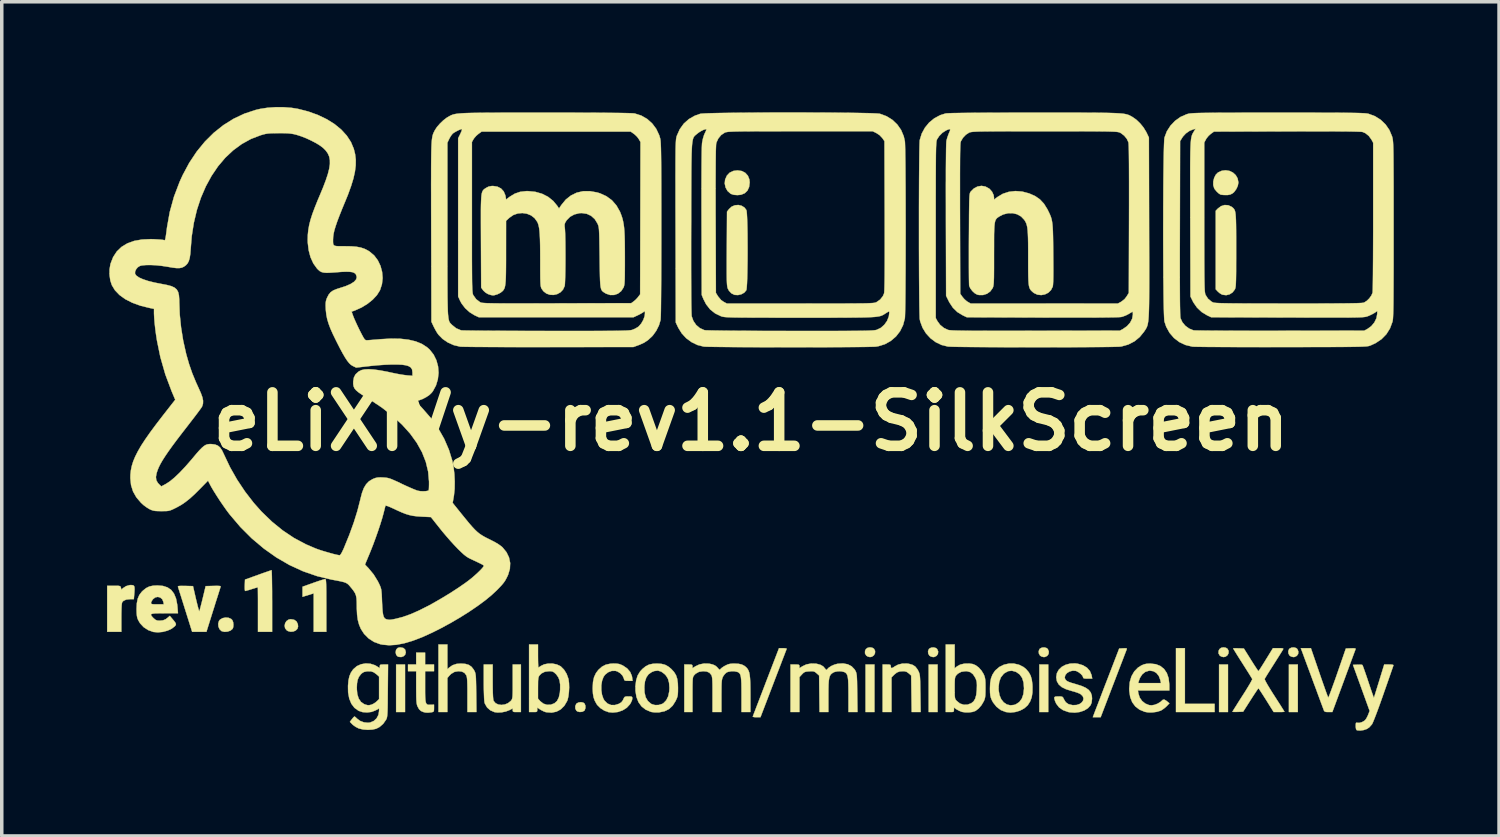
<source format=kicad_pcb>
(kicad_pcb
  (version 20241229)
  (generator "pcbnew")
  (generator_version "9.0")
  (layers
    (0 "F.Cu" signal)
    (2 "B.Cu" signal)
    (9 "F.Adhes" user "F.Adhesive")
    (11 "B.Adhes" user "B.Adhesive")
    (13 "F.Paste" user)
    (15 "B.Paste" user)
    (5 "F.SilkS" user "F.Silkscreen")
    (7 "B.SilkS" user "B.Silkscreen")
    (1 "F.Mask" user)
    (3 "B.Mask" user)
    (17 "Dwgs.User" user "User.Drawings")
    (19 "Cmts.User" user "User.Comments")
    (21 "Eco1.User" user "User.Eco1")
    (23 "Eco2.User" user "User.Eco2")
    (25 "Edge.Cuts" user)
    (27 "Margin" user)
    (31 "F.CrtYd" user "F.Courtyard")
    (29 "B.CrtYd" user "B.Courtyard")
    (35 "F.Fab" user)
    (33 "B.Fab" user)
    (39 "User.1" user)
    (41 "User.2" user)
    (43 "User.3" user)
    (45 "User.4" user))
  (footprint "eLiXiVy-rev1.1-SilkScreen"
    (layer "F.Cu")
    (at 18.357 8.966)
    (property "Reference" "eLiXiVy-rev1.1-SilkScreen" (at 0 0 0) (layer "F.SilkS") (effects (font (size 1.524 1.524) (thickness 0.3))))
    (attr through_hole)
    (fp_poly (pts (xy -9.864 8.276) (xy -10.118 8.276) (xy -10.118 6.921) (xy -9.864 6.921) (xy -9.864 8.276)) (stroke (width 0.01) (type solid)) (fill yes) (layer "F.SilkS"))
    (fp_poly (pts (xy 3.514 8.276) (xy 3.26 8.276) (xy 3.26 6.921) (xy 3.514 6.921) (xy 3.514 8.276)) (stroke (width 0.01) (type solid)) (fill yes) (layer "F.SilkS"))
    (fp_poly (pts (xy 5.313 8.276) (xy 5.059 8.276) (xy 5.059 6.921) (xy 5.313 6.921) (xy 5.313 8.276)) (stroke (width 0.01) (type solid)) (fill yes) (layer "F.SilkS"))
    (fp_poly (pts (xy 8.467 8.276) (xy 8.213 8.276) (xy 8.213 6.921) (xy 8.467 6.921) (xy 8.467 8.276)) (stroke (width 0.01) (type solid)) (fill yes) (layer "F.SilkS"))
    (fp_poly (pts (xy 13.589 8.276) (xy 13.335 8.276) (xy 13.335 6.921) (xy 13.589 6.921) (xy 13.589 8.276)) (stroke (width 0.01) (type solid)) (fill yes) (layer "F.SilkS"))
    (fp_poly (pts (xy 15.579 8.276) (xy 15.325 8.276) (xy 15.325 6.921) (xy 15.579 6.921) (xy 15.579 8.276)) (stroke (width 0.01) (type solid)) (fill yes) (layer "F.SilkS"))
    (fp_poly (pts (xy 12.361 8.043) (xy 13.208 8.043) (xy 13.208 8.276) (xy 12.107 8.276) (xy 12.107 6.456) (xy 12.361 6.456) (xy 12.361 8.043)) (stroke (width 0.01) (type solid)) (fill yes) (layer "F.SilkS"))
    (fp_poly (pts (xy 3.453 6.444) (xy 3.5 6.473) (xy 3.532 6.535) (xy 3.529 6.601) (xy 3.498 6.659) (xy 3.443 6.699) (xy 3.387 6.71) (xy 3.325 6.695) (xy 3.281 6.668) (xy 3.244 6.604) (xy 3.246 6.532) (xy 3.271 6.482) (xy 3.319 6.446) (xy 3.386 6.433) (xy 3.453 6.444)) (stroke (width 0.01) (type solid)) (fill yes) (layer "F.SilkS"))
    (fp_poly (pts (xy 13.528 6.444) (xy 13.575 6.473) (xy 13.607 6.535) (xy 13.604 6.601) (xy 13.573 6.659) (xy 13.518 6.699) (xy 13.462 6.71) (xy 13.4 6.695) (xy 13.356 6.668) (xy 13.319 6.604) (xy 13.322 6.532) (xy 13.347 6.482) (xy 13.395 6.446) (xy 13.461 6.433) (xy 13.528 6.444)) (stroke (width 0.01) (type solid)) (fill yes) (layer "F.SilkS"))
    (fp_poly (pts (xy 5.267 6.453) (xy 5.301 6.482) (xy 5.33 6.553) (xy 5.322 6.62) (xy 5.284 6.675) (xy 5.221 6.706) (xy 5.186 6.71) (xy 5.124 6.695) (xy 5.08 6.668) (xy 5.046 6.609) (xy 5.041 6.541) (xy 5.066 6.481) (xy 5.076 6.47) (xy 5.134 6.44) (xy 5.204 6.435) (xy 5.267 6.453)) (stroke (width 0.01) (type solid)) (fill yes) (layer "F.SilkS"))
    (fp_poly (pts (xy 8.421 6.453) (xy 8.455 6.482) (xy 8.483 6.553) (xy 8.476 6.62) (xy 8.438 6.675) (xy 8.375 6.706) (xy 8.34 6.71) (xy 8.278 6.695) (xy 8.234 6.668) (xy 8.2 6.609) (xy 8.195 6.541) (xy 8.219 6.481) (xy 8.23 6.47) (xy 8.288 6.44) (xy 8.357 6.435) (xy 8.421 6.453)) (stroke (width 0.01) (type solid)) (fill yes) (layer "F.SilkS"))
    (fp_poly (pts (xy 15.533 6.453) (xy 15.567 6.482) (xy 15.595 6.553) (xy 15.588 6.62) (xy 15.55 6.675) (xy 15.487 6.706) (xy 15.452 6.71) (xy 15.39 6.695) (xy 15.346 6.668) (xy 15.312 6.609) (xy 15.307 6.541) (xy 15.331 6.481) (xy 15.342 6.47) (xy 15.4 6.44) (xy 15.469 6.435) (xy 15.533 6.453)) (stroke (width 0.01) (type solid)) (fill yes) (layer "F.SilkS"))
    (fp_poly (pts (xy -13.026 5.646) (xy -12.958 5.693) (xy -12.92 5.769) (xy -12.912 5.838) (xy -12.93 5.902) (xy -12.978 5.951) (xy -13.046 5.981) (xy -13.123 5.988) (xy -13.199 5.969) (xy -13.237 5.946) (xy -13.282 5.888) (xy -13.295 5.817) (xy -13.281 5.746) (xy -13.242 5.683) (xy -13.182 5.642) (xy -13.123 5.63) (xy -13.026 5.646)) (stroke (width 0.01) (type solid)) (fill yes) (layer "F.SilkS"))
    (fp_poly (pts (xy -9.913 6.45) (xy -9.862 6.495) (xy -9.843 6.569) (xy -9.842 6.578) (xy -9.861 6.642) (xy -9.908 6.687) (xy -9.973 6.709) (xy -10.045 6.703) (xy -10.079 6.688) (xy -10.116 6.645) (xy -10.131 6.581) (xy -10.122 6.515) (xy -10.108 6.487) (xy -10.072 6.449) (xy -10.018 6.435) (xy -9.993 6.435) (xy -9.913 6.45)) (stroke (width 0.01) (type solid)) (fill yes) (layer "F.SilkS"))
    (fp_poly (pts (xy -4.786 8.007) (xy -4.748 8.035) (xy -4.724 8.095) (xy -4.724 8.165) (xy -4.745 8.225) (xy -4.759 8.241) (xy -4.815 8.269) (xy -4.886 8.275) (xy -4.951 8.259) (xy -4.981 8.237) (xy -5.011 8.177) (xy -5.012 8.106) (xy -4.984 8.044) (xy -4.973 8.032) (xy -4.918 8.003) (xy -4.85 7.995) (xy -4.786 8.007)) (stroke (width 0.01) (type solid)) (fill yes) (layer "F.SilkS"))
    (fp_poly (pts (xy -14.891 5.591) (xy -14.818 5.624) (xy -14.786 5.657) (xy -14.763 5.714) (xy -14.755 5.788) (xy -14.761 5.86) (xy -14.78 5.907) (xy -14.841 5.956) (xy -14.923 5.984) (xy -15.012 5.991) (xy -15.089 5.971) (xy -15.097 5.967) (xy -15.151 5.914) (xy -15.182 5.84) (xy -15.188 5.758) (xy -15.167 5.683) (xy -15.137 5.643) (xy -15.063 5.6) (xy -14.977 5.583) (xy -14.891 5.591)) (stroke (width 0.01) (type solid)) (fill yes) (layer "F.SilkS"))
    (fp_poly (pts (xy -12.132 4.491) (xy -12.125 4.504) (xy -12.119 4.53) (xy -12.115 4.574) (xy -12.112 4.639) (xy -12.11 4.73) (xy -12.108 4.851) (xy -12.108 5.005) (xy -12.107 5.197) (xy -12.107 5.239) (xy -12.107 5.99) (xy -12.467 5.99) (xy -12.467 4.894) (xy -12.785 4.992) (xy -12.785 4.705) (xy -12.48 4.596) (xy -12.371 4.558) (xy -12.275 4.526) (xy -12.2 4.502) (xy -12.152 4.489) (xy -12.141 4.487) (xy -12.132 4.491)) (stroke (width 0.01) (type solid)) (fill yes) (layer "F.SilkS"))
    (fp_poly (pts (xy -0.267 -7.142) (xy -0.167 -7.09) (xy -0.093 -7.008) (xy -0.051 -6.902) (xy -0.042 -6.816) (xy -0.059 -6.686) (xy -0.106 -6.583) (xy -0.184 -6.509) (xy -0.289 -6.466) (xy -0.391 -6.456) (xy -0.496 -6.464) (xy -0.574 -6.49) (xy -0.588 -6.498) (xy -0.673 -6.573) (xy -0.729 -6.673) (xy -0.753 -6.786) (xy -0.742 -6.897) (xy -0.692 -7.011) (xy -0.614 -7.094) (xy -0.51 -7.144) (xy -0.389 -7.16) (xy -0.267 -7.142)) (stroke (width 0.01) (type solid)) (fill yes) (layer "F.SilkS"))
    (fp_poly (pts (xy 10.699 6.462) (xy 10.706 6.477) (xy 10.701 6.492) (xy 10.691 6.519) (xy 10.667 6.581) (xy 10.631 6.675) (xy 10.585 6.796) (xy 10.529 6.941) (xy 10.466 7.105) (xy 10.397 7.285) (xy 10.324 7.476) (xy 10.323 7.477) (xy 9.96 8.424) (xy 9.737 8.424) (xy 9.779 8.313) (xy 9.795 8.27) (xy 9.825 8.192) (xy 9.867 8.084) (xy 9.918 7.951) (xy 9.977 7.797) (xy 10.042 7.626) (xy 10.112 7.445) (xy 10.155 7.334) (xy 10.489 6.466) (xy 10.602 6.46) (xy 10.667 6.458) (xy 10.699 6.462)) (stroke (width 0.01) (type solid)) (fill yes) (layer "F.SilkS"))
    (fp_poly (pts (xy 13.632 -7.145) (xy 13.73 -7.098) (xy 13.809 -7.026) (xy 13.863 -6.933) (xy 13.885 -6.821) (xy 13.885 -6.81) (xy 13.869 -6.722) (xy 13.826 -6.628) (xy 13.766 -6.546) (xy 13.718 -6.504) (xy 13.654 -6.472) (xy 13.579 -6.458) (xy 13.528 -6.458) (xy 13.456 -6.46) (xy 13.399 -6.466) (xy 13.377 -6.471) (xy 13.328 -6.501) (xy 13.271 -6.553) (xy 13.22 -6.613) (xy 13.196 -6.651) (xy 13.169 -6.741) (xy 13.17 -6.845) (xy 13.196 -6.948) (xy 13.242 -7.038) (xy 13.304 -7.1) (xy 13.412 -7.149) (xy 13.524 -7.163) (xy 13.632 -7.145)) (stroke (width 0.01) (type solid)) (fill yes) (layer "F.SilkS"))
    (fp_poly (pts (xy 0.968 6.459) (xy 1.006 6.467) (xy 1.012 6.474) (xy 1.004 6.497) (xy 0.981 6.555) (xy 0.947 6.645) (xy 0.901 6.764) (xy 0.847 6.906) (xy 0.785 7.068) (xy 0.716 7.246) (xy 0.643 7.437) (xy 0.635 7.458) (xy 0.265 8.424) (xy 0.152 8.424) (xy 0.091 8.421) (xy 0.053 8.413) (xy 0.046 8.405) (xy 0.055 8.382) (xy 0.077 8.323) (xy 0.112 8.233) (xy 0.157 8.114) (xy 0.212 7.972) (xy 0.274 7.81) (xy 0.343 7.631) (xy 0.416 7.44) (xy 0.423 7.421) (xy 0.794 6.456) (xy 0.907 6.456) (xy 0.968 6.459)) (stroke (width 0.01) (type solid)) (fill yes) (layer "F.SilkS"))
    (fp_poly (pts (xy -17.625 4.661) (xy -17.592 4.676) (xy -17.576 4.711) (xy -17.572 4.772) (xy -17.577 4.868) (xy -17.578 4.877) (xy -17.593 5.059) (xy -17.699 5.059) (xy -17.809 5.071) (xy -17.888 5.107) (xy -17.922 5.142) (xy -17.932 5.172) (xy -17.94 5.233) (xy -17.945 5.33) (xy -17.948 5.463) (xy -17.949 5.583) (xy -17.949 5.99) (xy -18.352 5.99) (xy -18.352 4.678) (xy -18.163 4.678) (xy -18.074 4.678) (xy -18.017 4.681) (xy -17.986 4.69) (xy -17.97 4.705) (xy -17.962 4.731) (xy -17.961 4.733) (xy -17.947 4.789) (xy -17.901 4.745) (xy -17.813 4.688) (xy -17.712 4.659) (xy -17.678 4.657) (xy -17.625 4.661)) (stroke (width 0.01) (type solid)) (fill yes) (layer "F.SilkS"))
    (fp_poly (pts (xy -13.665 4.255) (xy -13.662 4.313) (xy -13.659 4.404) (xy -13.657 4.525) (xy -13.655 4.671) (xy -13.653 4.837) (xy -13.653 5.019) (xy -13.652 5.112) (xy -13.652 5.99) (xy -14.055 5.99) (xy -14.055 5.355) (xy -14.055 5.196) (xy -14.055 5.052) (xy -14.056 4.927) (xy -14.057 4.827) (xy -14.058 4.758) (xy -14.059 4.723) (xy -14.06 4.72) (xy -14.081 4.726) (xy -14.133 4.742) (xy -14.206 4.764) (xy -14.235 4.773) (xy -14.314 4.798) (xy -14.378 4.816) (xy -14.416 4.825) (xy -14.421 4.826) (xy -14.428 4.807) (xy -14.432 4.755) (xy -14.432 4.682) (xy -14.431 4.664) (xy -14.425 4.502) (xy -14.055 4.369) (xy -13.937 4.326) (xy -13.833 4.29) (xy -13.749 4.261) (xy -13.692 4.241) (xy -13.668 4.234) (xy -13.665 4.255)) (stroke (width 0.01) (type solid)) (fill yes) (layer "F.SilkS"))
    (fp_poly (pts (xy -9.292 6.921) (xy -9.038 6.921) (xy -9.038 7.112) (xy -9.292 7.112) (xy -9.292 7.552) (xy -9.292 7.715) (xy -9.29 7.839) (xy -9.284 7.931) (xy -9.274 7.995) (xy -9.258 8.036) (xy -9.235 8.059) (xy -9.202 8.069) (xy -9.159 8.07) (xy -9.136 8.07) (xy -9.038 8.065) (xy -9.038 8.168) (xy -9.04 8.23) (xy -9.05 8.262) (xy -9.078 8.276) (xy -9.118 8.284) (xy -9.209 8.294) (xy -9.283 8.29) (xy -9.341 8.276) (xy -9.412 8.245) (xy -9.464 8.195) (xy -9.507 8.117) (xy -9.52 8.084) (xy -9.529 8.045) (xy -9.536 7.993) (xy -9.541 7.923) (xy -9.544 7.828) (xy -9.545 7.702) (xy -9.546 7.572) (xy -9.546 7.112) (xy -9.779 7.112) (xy -9.779 6.921) (xy -9.546 6.921) (xy -9.546 6.583) (xy -9.292 6.583) (xy -9.292 6.921)) (stroke (width 0.01) (type solid)) (fill yes) (layer "F.SilkS"))
    (fp_poly (pts (xy -8.657 7.056) (xy -8.61 7.012) (xy -8.51 6.942) (xy -8.395 6.904) (xy -8.276 6.895) (xy -8.146 6.904) (xy -8.047 6.933) (xy -7.97 6.986) (xy -7.907 7.067) (xy -7.888 7.101) (xy -7.874 7.13) (xy -7.863 7.16) (xy -7.855 7.199) (xy -7.848 7.25) (xy -7.844 7.321) (xy -7.841 7.417) (xy -7.838 7.542) (xy -7.836 7.704) (xy -7.835 7.731) (xy -7.829 8.276) (xy -8.086 8.276) (xy -8.086 7.787) (xy -8.086 7.623) (xy -8.088 7.495) (xy -8.091 7.398) (xy -8.096 7.327) (xy -8.103 7.277) (xy -8.113 7.242) (xy -8.118 7.229) (xy -8.169 7.161) (xy -8.245 7.123) (xy -8.342 7.112) (xy -8.453 7.131) (xy -8.55 7.188) (xy -8.602 7.24) (xy -8.657 7.306) (xy -8.657 8.276) (xy -8.911 8.276) (xy -8.911 6.35) (xy -8.657 6.35) (xy -8.657 7.056)) (stroke (width 0.01) (type solid)) (fill yes) (layer "F.SilkS"))
    (fp_poly (pts (xy 13.596 -6.167) (xy 13.692 -6.123) (xy 13.706 -6.113) (xy 13.731 -6.092) (xy 13.752 -6.071) (xy 13.77 -6.046) (xy 13.785 -6.014) (xy 13.796 -5.97) (xy 13.805 -5.911) (xy 13.811 -5.834) (xy 13.816 -5.734) (xy 13.819 -5.609) (xy 13.821 -5.455) (xy 13.822 -5.268) (xy 13.822 -5.044) (xy 13.822 -4.885) (xy 13.822 -4.646) (xy 13.821 -4.446) (xy 13.821 -4.28) (xy 13.819 -4.146) (xy 13.817 -4.039) (xy 13.814 -3.956) (xy 13.811 -3.893) (xy 13.806 -3.847) (xy 13.8 -3.813) (xy 13.793 -3.789) (xy 13.785 -3.769) (xy 13.721 -3.684) (xy 13.635 -3.628) (xy 13.538 -3.604) (xy 13.438 -3.616) (xy 13.409 -3.627) (xy 13.349 -3.664) (xy 13.294 -3.713) (xy 13.293 -3.714) (xy 13.24 -3.771) (xy 13.24 -6.009) (xy 13.301 -6.073) (xy 13.392 -6.141) (xy 13.493 -6.173) (xy 13.596 -6.167)) (stroke (width 0.01) (type solid)) (fill yes) (layer "F.SilkS"))
    (fp_poly (pts (xy -15.164 4.682) (xy -15.13 4.687) (xy -15.118 4.697) (xy -15.12 4.707) (xy -15.129 4.735) (xy -15.149 4.797) (xy -15.178 4.89) (xy -15.215 5.007) (xy -15.259 5.144) (xy -15.306 5.296) (xy -15.328 5.364) (xy -15.524 5.99) (xy -15.931 5.99) (xy -16.129 5.36) (xy -16.178 5.204) (xy -16.223 5.06) (xy -16.263 4.934) (xy -16.296 4.83) (xy -16.32 4.754) (xy -16.334 4.711) (xy -16.336 4.704) (xy -16.332 4.691) (xy -16.304 4.684) (xy -16.246 4.681) (xy -16.153 4.682) (xy -16.127 4.682) (xy -15.907 4.688) (xy -15.823 5.053) (xy -15.795 5.169) (xy -15.77 5.269) (xy -15.749 5.346) (xy -15.735 5.393) (xy -15.728 5.406) (xy -15.719 5.382) (xy -15.703 5.325) (xy -15.681 5.24) (xy -15.654 5.135) (xy -15.631 5.041) (xy -15.546 4.688) (xy -15.327 4.682) (xy -15.228 4.68) (xy -15.164 4.682)) (stroke (width 0.01) (type solid)) (fill yes) (layer "F.SilkS"))
    (fp_poly (pts (xy 4.493 6.901) (xy 4.599 6.931) (xy 4.676 6.979) (xy 4.736 7.055) (xy 4.763 7.103) (xy 4.779 7.136) (xy 4.791 7.168) (xy 4.801 7.205) (xy 4.808 7.252) (xy 4.813 7.315) (xy 4.817 7.401) (xy 4.819 7.514) (xy 4.821 7.661) (xy 4.823 7.742) (xy 4.83 8.276) (xy 4.575 8.276) (xy 4.568 7.756) (xy 4.561 7.235) (xy 4.492 7.174) (xy 4.43 7.13) (xy 4.363 7.113) (xy 4.33 7.112) (xy 4.231 7.12) (xy 4.154 7.149) (xy 4.082 7.206) (xy 4.069 7.219) (xy 4 7.289) (xy 4 8.276) (xy 3.747 8.276) (xy 3.747 6.921) (xy 3.863 6.921) (xy 3.93 6.923) (xy 3.964 6.93) (xy 3.977 6.948) (xy 3.979 6.974) (xy 3.986 7.015) (xy 4.011 7.024) (xy 4.056 7.001) (xy 4.094 6.975) (xy 4.191 6.924) (xy 4.31 6.896) (xy 4.439 6.894) (xy 4.493 6.901)) (stroke (width 0.01) (type solid)) (fill yes) (layer "F.SilkS"))
    (fp_poly (pts (xy -0.27 -6.151) (xy -0.189 -6.1) (xy -0.137 -6.03) (xy -0.129 -5.994) (xy -0.122 -5.92) (xy -0.116 -5.813) (xy -0.111 -5.68) (xy -0.107 -5.524) (xy -0.104 -5.351) (xy -0.103 -5.165) (xy -0.102 -4.973) (xy -0.102 -4.778) (xy -0.103 -4.586) (xy -0.106 -4.402) (xy -0.109 -4.231) (xy -0.113 -4.077) (xy -0.118 -3.947) (xy -0.125 -3.844) (xy -0.132 -3.774) (xy -0.139 -3.744) (xy -0.195 -3.677) (xy -0.279 -3.63) (xy -0.376 -3.607) (xy -0.474 -3.613) (xy -0.476 -3.614) (xy -0.562 -3.656) (xy -0.632 -3.73) (xy -0.666 -3.794) (xy -0.674 -3.819) (xy -0.68 -3.85) (xy -0.686 -3.892) (xy -0.69 -3.948) (xy -0.693 -4.021) (xy -0.695 -4.117) (xy -0.696 -4.237) (xy -0.696 -4.387) (xy -0.696 -4.569) (xy -0.695 -4.788) (xy -0.694 -4.934) (xy -0.688 -5.983) (xy -0.63 -6.059) (xy -0.554 -6.128) (xy -0.462 -6.166) (xy -0.365 -6.174) (xy -0.27 -6.151)) (stroke (width 0.01) (type solid)) (fill yes) (layer "F.SilkS"))
    (fp_poly (pts (xy -7.366 7.414) (xy -7.365 7.594) (xy -7.362 7.734) (xy -7.357 7.839) (xy -7.351 7.911) (xy -7.341 7.953) (xy -7.339 7.959) (xy -7.285 8.023) (xy -7.208 8.061) (xy -7.116 8.074) (xy -7.02 8.061) (xy -6.928 8.023) (xy -6.85 7.959) (xy -6.839 7.946) (xy -6.824 7.925) (xy -6.814 7.902) (xy -6.806 7.87) (xy -6.8 7.822) (xy -6.797 7.755) (xy -6.795 7.661) (xy -6.795 7.535) (xy -6.795 7.405) (xy -6.795 6.921) (xy -6.562 6.921) (xy -6.562 8.276) (xy -6.678 8.276) (xy -6.745 8.275) (xy -6.78 8.267) (xy -6.793 8.25) (xy -6.795 8.224) (xy -6.795 8.172) (xy -6.895 8.224) (xy -6.993 8.261) (xy -7.108 8.284) (xy -7.223 8.29) (xy -7.313 8.279) (xy -7.432 8.228) (xy -7.525 8.146) (xy -7.587 8.039) (xy -7.598 8.006) (xy -7.604 7.962) (xy -7.61 7.882) (xy -7.614 7.774) (xy -7.618 7.644) (xy -7.62 7.499) (xy -7.62 7.424) (xy -7.62 6.921) (xy -7.366 6.921) (xy -7.366 7.414)) (stroke (width 0.01) (type solid)) (fill yes) (layer "F.SilkS"))
    (fp_poly (pts (xy 16.192 7.155) (xy 16.248 7.318) (xy 16.301 7.469) (xy 16.348 7.602) (xy 16.387 7.712) (xy 16.418 7.796) (xy 16.439 7.848) (xy 16.447 7.864) (xy 16.457 7.846) (xy 16.479 7.794) (xy 16.511 7.71) (xy 16.552 7.599) (xy 16.6 7.466) (xy 16.654 7.316) (xy 16.705 7.17) (xy 16.948 6.466) (xy 17.092 6.46) (xy 17.17 6.459) (xy 17.213 6.463) (xy 17.227 6.475) (xy 17.226 6.481) (xy 17.217 6.506) (xy 17.194 6.567) (xy 17.16 6.659) (xy 17.116 6.778) (xy 17.064 6.92) (xy 17.004 7.082) (xy 16.939 7.258) (xy 16.89 7.392) (xy 16.563 8.276) (xy 16.451 8.276) (xy 16.384 8.274) (xy 16.347 8.263) (xy 16.327 8.24) (xy 16.322 8.229) (xy 16.311 8.199) (xy 16.287 8.134) (xy 16.251 8.038) (xy 16.206 7.916) (xy 16.153 7.773) (xy 16.094 7.612) (xy 16.029 7.439) (xy 16.006 7.377) (xy 15.941 7.199) (xy 15.879 7.033) (xy 15.823 6.882) (xy 15.774 6.75) (xy 15.735 6.643) (xy 15.706 6.565) (xy 15.689 6.521) (xy 15.687 6.514) (xy 15.664 6.456) (xy 15.952 6.456) (xy 16.192 7.155)) (stroke (width 0.01) (type solid)) (fill yes) (layer "F.SilkS"))
    (fp_poly (pts (xy 11.533 6.913) (xy 11.663 6.965) (xy 11.768 7.05) (xy 11.846 7.165) (xy 11.896 7.31) (xy 11.916 7.484) (xy 11.917 7.518) (xy 11.917 7.662) (xy 11.022 7.662) (xy 11.037 7.752) (xy 11.074 7.866) (xy 11.142 7.962) (xy 11.233 8.035) (xy 11.339 8.078) (xy 11.41 8.085) (xy 11.496 8.071) (xy 11.588 8.035) (xy 11.667 7.986) (xy 11.693 7.962) (xy 11.734 7.926) (xy 11.773 7.921) (xy 11.823 7.949) (xy 11.853 7.972) (xy 11.92 8.028) (xy 11.839 8.112) (xy 11.773 8.17) (xy 11.7 8.221) (xy 11.669 8.237) (xy 11.562 8.27) (xy 11.435 8.287) (xy 11.309 8.286) (xy 11.217 8.27) (xy 11.068 8.208) (xy 10.949 8.117) (xy 10.86 7.997) (xy 10.802 7.848) (xy 10.776 7.672) (xy 10.774 7.608) (xy 10.788 7.451) (xy 11.031 7.451) (xy 11.68 7.451) (xy 11.66 7.361) (xy 11.618 7.249) (xy 11.551 7.165) (xy 11.465 7.113) (xy 11.363 7.097) (xy 11.337 7.099) (xy 11.232 7.132) (xy 11.145 7.202) (xy 11.079 7.305) (xy 11.049 7.386) (xy 11.031 7.451) (xy 10.788 7.451) (xy 10.79 7.422) (xy 10.838 7.259) (xy 10.917 7.121) (xy 11.023 7.011) (xy 11.119 6.95) (xy 11.193 6.918) (xy 11.267 6.901) (xy 11.36 6.896) (xy 11.379 6.896) (xy 11.533 6.913)) (stroke (width 0.01) (type solid)) (fill yes) (layer "F.SilkS"))
    (fp_poly (pts (xy 7.632 6.928) (xy 7.76 6.992) (xy 7.836 7.054) (xy 7.912 7.143) (xy 7.964 7.238) (xy 7.997 7.349) (xy 8.015 7.487) (xy 8.018 7.556) (xy 8.016 7.721) (xy 7.995 7.855) (xy 7.953 7.97) (xy 7.888 8.073) (xy 7.874 8.09) (xy 7.781 8.172) (xy 7.661 8.236) (xy 7.525 8.276) (xy 7.385 8.291) (xy 7.254 8.275) (xy 7.113 8.219) (xy 6.992 8.126) (xy 6.894 8.002) (xy 6.854 7.927) (xy 6.831 7.866) (xy 6.816 7.804) (xy 6.808 7.726) (xy 6.806 7.621) (xy 6.806 7.609) (xy 6.807 7.568) (xy 7.051 7.568) (xy 7.053 7.653) (xy 7.077 7.794) (xy 7.126 7.91) (xy 7.197 8) (xy 7.285 8.06) (xy 7.386 8.085) (xy 7.495 8.073) (xy 7.541 8.057) (xy 7.641 7.992) (xy 7.713 7.896) (xy 7.758 7.767) (xy 7.776 7.607) (xy 7.776 7.599) (xy 7.764 7.437) (xy 7.723 7.305) (xy 7.652 7.204) (xy 7.553 7.134) (xy 7.541 7.129) (xy 7.431 7.099) (xy 7.327 7.11) (xy 7.227 7.164) (xy 7.194 7.191) (xy 7.116 7.289) (xy 7.069 7.414) (xy 7.051 7.568) (xy 6.807 7.568) (xy 6.812 7.449) (xy 6.835 7.319) (xy 6.877 7.21) (xy 6.941 7.112) (xy 6.964 7.085) (xy 7.074 6.991) (xy 7.204 6.927) (xy 7.345 6.896) (xy 7.491 6.896) (xy 7.632 6.928)) (stroke (width 0.01) (type solid)) (fill yes) (layer "F.SilkS"))
    (fp_poly (pts (xy -2.558 6.903) (xy -2.454 6.929) (xy -2.361 6.98) (xy -2.279 7.047) (xy -2.199 7.133) (xy -2.142 7.225) (xy -2.107 7.331) (xy -2.089 7.462) (xy -2.085 7.589) (xy -2.086 7.694) (xy -2.09 7.769) (xy -2.099 7.827) (xy -2.116 7.879) (xy -2.143 7.939) (xy -2.154 7.962) (xy -2.237 8.094) (xy -2.34 8.19) (xy -2.467 8.253) (xy -2.621 8.285) (xy -2.641 8.287) (xy -2.738 8.287) (xy -2.833 8.276) (xy -2.862 8.269) (xy -3.006 8.208) (xy -3.123 8.116) (xy -3.211 7.995) (xy -3.269 7.846) (xy -3.297 7.672) (xy -3.297 7.547) (xy -3.044 7.547) (xy -3.039 7.716) (xy -3.007 7.854) (xy -2.945 7.961) (xy -2.855 8.039) (xy -2.833 8.051) (xy -2.739 8.078) (xy -2.634 8.075) (xy -2.535 8.044) (xy -2.498 8.022) (xy -2.419 7.94) (xy -2.363 7.826) (xy -2.334 7.684) (xy -2.329 7.588) (xy -2.339 7.445) (xy -2.37 7.33) (xy -2.426 7.238) (xy -2.469 7.193) (xy -2.563 7.124) (xy -2.657 7.095) (xy -2.758 7.107) (xy -2.83 7.135) (xy -2.921 7.197) (xy -2.985 7.285) (xy -3.026 7.402) (xy -3.044 7.547) (xy -3.297 7.547) (xy -3.298 7.537) (xy -3.277 7.37) (xy -3.234 7.233) (xy -3.163 7.118) (xy -3.097 7.047) (xy -3.003 6.971) (xy -2.909 6.924) (xy -2.802 6.901) (xy -2.688 6.895) (xy -2.558 6.903)) (stroke (width 0.01) (type solid)) (fill yes) (layer "F.SilkS"))
    (fp_poly (pts (xy 18.255 6.924) (xy 18.296 6.932) (xy 18.305 6.947) (xy 18.304 6.948) (xy 18.295 6.973) (xy 18.274 7.034) (xy 18.242 7.126) (xy 18.201 7.244) (xy 18.152 7.385) (xy 18.097 7.542) (xy 18.037 7.713) (xy 18.023 7.754) (xy 17.961 7.93) (xy 17.901 8.098) (xy 17.845 8.251) (xy 17.794 8.385) (xy 17.751 8.494) (xy 17.718 8.574) (xy 17.696 8.62) (xy 17.694 8.624) (xy 17.613 8.715) (xy 17.543 8.76) (xy 17.458 8.789) (xy 17.366 8.803) (xy 17.285 8.799) (xy 17.256 8.791) (xy 17.239 8.764) (xy 17.23 8.703) (xy 17.23 8.675) (xy 17.231 8.613) (xy 17.239 8.584) (xy 17.257 8.579) (xy 17.272 8.583) (xy 17.335 8.585) (xy 17.409 8.563) (xy 17.477 8.524) (xy 17.5 8.503) (xy 17.534 8.456) (xy 17.569 8.388) (xy 17.585 8.35) (xy 17.626 8.244) (xy 17.389 7.588) (xy 17.151 6.932) (xy 17.278 6.926) (xy 17.348 6.925) (xy 17.401 6.929) (xy 17.421 6.936) (xy 17.431 6.96) (xy 17.453 7.019) (xy 17.484 7.106) (xy 17.522 7.215) (xy 17.565 7.342) (xy 17.589 7.415) (xy 17.633 7.546) (xy 17.672 7.662) (xy 17.705 7.757) (xy 17.73 7.827) (xy 17.744 7.865) (xy 17.747 7.87) (xy 17.755 7.849) (xy 17.773 7.793) (xy 17.799 7.708) (xy 17.833 7.599) (xy 17.872 7.473) (xy 17.897 7.392) (xy 18.042 6.921) (xy 18.178 6.921) (xy 18.255 6.924)) (stroke (width 0.01) (type solid)) (fill yes) (layer "F.SilkS"))
    (fp_poly (pts (xy -3.83 6.897) (xy -3.76 6.908) (xy -3.693 6.934) (xy -3.649 6.955) (xy -3.532 7.035) (xy -3.448 7.134) (xy -3.4 7.247) (xy -3.392 7.29) (xy -3.381 7.387) (xy -3.498 7.387) (xy -3.565 7.386) (xy -3.601 7.378) (xy -3.618 7.358) (xy -3.627 7.322) (xy -3.662 7.243) (xy -3.727 7.172) (xy -3.81 7.12) (xy -3.869 7.102) (xy -3.975 7.104) (xy -4.077 7.143) (xy -4.163 7.212) (xy -4.208 7.275) (xy -4.249 7.385) (xy -4.27 7.514) (xy -4.27 7.65) (xy -4.251 7.782) (xy -4.212 7.896) (xy -4.177 7.955) (xy -4.093 8.035) (xy -3.993 8.076) (xy -3.882 8.077) (xy -3.772 8.043) (xy -3.702 8.001) (xy -3.658 7.945) (xy -3.645 7.917) (xy -3.622 7.868) (xy -3.598 7.842) (xy -3.558 7.833) (xy -3.498 7.832) (xy -3.433 7.833) (xy -3.4 7.841) (xy -3.388 7.861) (xy -3.387 7.893) (xy -3.398 7.945) (xy -3.429 8.012) (xy -3.455 8.056) (xy -3.545 8.154) (xy -3.663 8.228) (xy -3.799 8.275) (xy -3.944 8.291) (xy -4.066 8.279) (xy -4.184 8.236) (xy -4.295 8.165) (xy -4.385 8.076) (xy -4.405 8.047) (xy -4.457 7.953) (xy -4.49 7.859) (xy -4.509 7.75) (xy -4.516 7.615) (xy -4.516 7.588) (xy -4.507 7.42) (xy -4.477 7.282) (xy -4.422 7.165) (xy -4.352 7.073) (xy -4.252 6.984) (xy -4.143 6.927) (xy -4.013 6.899) (xy -3.923 6.894) (xy -3.83 6.897)) (stroke (width 0.01) (type solid)) (fill yes) (layer "F.SilkS"))
    (fp_poly (pts (xy -16.764 4.682) (xy -16.632 4.725) (xy -16.527 4.798) (xy -16.447 4.904) (xy -16.39 5.043) (xy -16.356 5.218) (xy -16.349 5.286) (xy -16.335 5.461) (xy -16.719 5.461) (xy -16.866 5.462) (xy -16.975 5.464) (xy -17.049 5.471) (xy -17.091 5.483) (xy -17.106 5.502) (xy -17.095 5.529) (xy -17.064 5.567) (xy -17.031 5.601) (xy -16.977 5.647) (xy -16.927 5.668) (xy -16.86 5.673) (xy -16.761 5.663) (xy -16.681 5.629) (xy -16.619 5.58) (xy -16.569 5.535) (xy -16.506 5.609) (xy -16.444 5.683) (xy -16.407 5.734) (xy -16.393 5.769) (xy -16.399 5.797) (xy -16.421 5.826) (xy -16.427 5.833) (xy -16.516 5.902) (xy -16.634 5.956) (xy -16.768 5.992) (xy -16.906 6.005) (xy -17.034 5.994) (xy -17.039 5.993) (xy -17.184 5.941) (xy -17.313 5.857) (xy -17.416 5.746) (xy -17.47 5.653) (xy -17.492 5.598) (xy -17.505 5.538) (xy -17.512 5.461) (xy -17.515 5.355) (xy -17.515 5.334) (xy -17.507 5.174) (xy -17.505 5.166) (xy -17.103 5.166) (xy -17.099 5.186) (xy -17.082 5.198) (xy -17.045 5.204) (xy -16.978 5.207) (xy -16.92 5.207) (xy -16.738 5.207) (xy -16.751 5.138) (xy -16.783 5.061) (xy -16.84 5.013) (xy -16.909 4.994) (xy -16.982 5.009) (xy -17.048 5.06) (xy -17.048 5.06) (xy -17.083 5.112) (xy -17.102 5.158) (xy -17.103 5.166) (xy -17.505 5.166) (xy -17.482 5.046) (xy -17.437 4.941) (xy -17.369 4.851) (xy -17.331 4.814) (xy -17.241 4.743) (xy -17.152 4.699) (xy -17.048 4.676) (xy -16.923 4.669) (xy -16.764 4.682)) (stroke (width 0.01) (type solid)) (fill yes) (layer "F.SilkS"))
    (fp_poly (pts (xy -6.075 6.678) (xy -6.074 6.791) (xy -6.072 6.886) (xy -6.069 6.958) (xy -6.066 6.999) (xy -6.063 7.006) (xy -6.04 6.995) (xy -5.999 6.967) (xy -5.995 6.964) (xy -5.9 6.918) (xy -5.783 6.895) (xy -5.659 6.896) (xy -5.54 6.92) (xy -5.439 6.967) (xy -5.424 6.977) (xy -5.333 7.069) (xy -5.259 7.188) (xy -5.211 7.32) (xy -5.205 7.342) (xy -5.191 7.451) (xy -5.187 7.578) (xy -5.194 7.709) (xy -5.209 7.831) (xy -5.232 7.93) (xy -5.244 7.961) (xy -5.324 8.097) (xy -5.426 8.199) (xy -5.548 8.265) (xy -5.686 8.293) (xy -5.837 8.281) (xy -5.858 8.277) (xy -5.919 8.254) (xy -5.99 8.218) (xy -6.012 8.204) (xy -6.096 8.149) (xy -6.096 8.212) (xy -6.098 8.249) (xy -6.111 8.268) (xy -6.145 8.275) (xy -6.21 8.276) (xy -6.212 8.276) (xy -6.329 8.276) (xy -6.329 7.59) (xy -6.075 7.59) (xy -6.075 7.894) (xy -6.011 7.967) (xy -5.924 8.036) (xy -5.821 8.07) (xy -5.711 8.067) (xy -5.606 8.027) (xy -5.532 7.961) (xy -5.481 7.86) (xy -5.451 7.724) (xy -5.444 7.641) (xy -5.443 7.495) (xy -5.46 7.379) (xy -5.495 7.287) (xy -5.551 7.208) (xy -5.566 7.192) (xy -5.619 7.144) (xy -5.665 7.12) (xy -5.722 7.112) (xy -5.756 7.112) (xy -5.877 7.127) (xy -5.973 7.174) (xy -6.031 7.231) (xy -6.048 7.257) (xy -6.06 7.287) (xy -6.068 7.33) (xy -6.073 7.393) (xy -6.074 7.483) (xy -6.075 7.59) (xy -6.329 7.59) (xy -6.329 6.35) (xy -6.075 6.35) (xy -6.075 6.678)) (stroke (width 0.01) (type solid)) (fill yes) (layer "F.SilkS"))
    (fp_poly (pts (xy 2.753 6.916) (xy 2.863 6.973) (xy 2.948 7.062) (xy 2.969 7.098) (xy 2.984 7.127) (xy 2.995 7.157) (xy 3.003 7.195) (xy 3.01 7.244) (xy 3.014 7.312) (xy 3.018 7.404) (xy 3.02 7.526) (xy 3.022 7.682) (xy 3.023 7.731) (xy 3.03 8.276) (xy 2.773 8.276) (xy 2.773 7.787) (xy 2.772 7.61) (xy 2.769 7.471) (xy 2.764 7.363) (xy 2.754 7.283) (xy 2.739 7.226) (xy 2.719 7.186) (xy 2.692 7.158) (xy 2.658 7.138) (xy 2.654 7.136) (xy 2.573 7.116) (xy 2.477 7.114) (xy 2.385 7.131) (xy 2.337 7.152) (xy 2.296 7.18) (xy 2.264 7.212) (xy 2.241 7.254) (xy 2.224 7.311) (xy 2.212 7.388) (xy 2.205 7.49) (xy 2.202 7.624) (xy 2.201 7.795) (xy 2.201 7.808) (xy 2.201 8.276) (xy 1.949 8.276) (xy 1.943 7.756) (xy 1.937 7.235) (xy 1.865 7.171) (xy 1.823 7.137) (xy 1.785 7.119) (xy 1.736 7.113) (xy 1.662 7.116) (xy 1.656 7.116) (xy 1.578 7.123) (xy 1.528 7.136) (xy 1.488 7.162) (xy 1.447 7.203) (xy 1.376 7.281) (xy 1.376 8.276) (xy 1.122 8.276) (xy 1.122 6.921) (xy 1.249 6.921) (xy 1.319 6.923) (xy 1.357 6.929) (xy 1.373 6.944) (xy 1.376 6.973) (xy 1.376 6.975) (xy 1.376 7.028) (xy 1.456 6.975) (xy 1.572 6.92) (xy 1.708 6.894) (xy 1.846 6.898) (xy 1.867 6.901) (xy 1.976 6.931) (xy 2.054 6.976) (xy 2.109 7.04) (xy 2.137 7.074) (xy 2.155 7.074) (xy 2.162 7.064) (xy 2.207 7.015) (xy 2.281 6.966) (xy 2.37 6.926) (xy 2.462 6.901) (xy 2.464 6.901) (xy 2.619 6.891) (xy 2.753 6.916)) (stroke (width 0.01) (type solid)) (fill yes) (layer "F.SilkS"))
    (fp_poly (pts (xy 5.8 7.031) (xy 5.864 6.977) (xy 5.957 6.925) (xy 6.076 6.897) (xy 6.215 6.894) (xy 6.315 6.908) (xy 6.399 6.943) (xy 6.486 7.008) (xy 6.564 7.096) (xy 6.625 7.196) (xy 6.628 7.202) (xy 6.649 7.254) (xy 6.663 7.303) (xy 6.672 7.362) (xy 6.677 7.439) (xy 6.678 7.545) (xy 6.678 7.588) (xy 6.677 7.706) (xy 6.674 7.792) (xy 6.667 7.855) (xy 6.655 7.906) (xy 6.636 7.955) (xy 6.629 7.969) (xy 6.565 8.079) (xy 6.484 8.174) (xy 6.397 8.241) (xy 6.388 8.246) (xy 6.309 8.273) (xy 6.208 8.286) (xy 6.102 8.286) (xy 6.009 8.272) (xy 5.997 8.268) (xy 5.924 8.238) (xy 5.854 8.2) (xy 5.844 8.193) (xy 5.779 8.146) (xy 5.779 8.211) (xy 5.777 8.248) (xy 5.764 8.268) (xy 5.731 8.275) (xy 5.666 8.276) (xy 5.662 8.276) (xy 5.546 8.276) (xy 5.546 7.591) (xy 5.8 7.591) (xy 5.8 7.71) (xy 5.801 7.795) (xy 5.806 7.853) (xy 5.813 7.892) (xy 5.826 7.92) (xy 5.845 7.945) (xy 5.858 7.959) (xy 5.95 8.033) (xy 6.056 8.068) (xy 6.168 8.065) (xy 6.274 8.025) (xy 6.339 7.972) (xy 6.385 7.895) (xy 6.415 7.788) (xy 6.43 7.647) (xy 6.431 7.614) (xy 6.434 7.514) (xy 6.431 7.443) (xy 6.422 7.389) (xy 6.404 7.338) (xy 6.385 7.296) (xy 6.323 7.2) (xy 6.248 7.14) (xy 6.153 7.114) (xy 6.108 7.112) (xy 5.988 7.13) (xy 5.891 7.182) (xy 5.844 7.231) (xy 5.826 7.257) (xy 5.814 7.287) (xy 5.806 7.33) (xy 5.802 7.393) (xy 5.8 7.483) (xy 5.8 7.591) (xy 5.546 7.591) (xy 5.546 6.35) (xy 5.8 6.35) (xy 5.8 7.031)) (stroke (width 0.01) (type solid)) (fill yes) (layer "F.SilkS"))
    (fp_poly (pts (xy 9.31 6.9) (xy 9.455 6.943) (xy 9.57 7.013) (xy 9.653 7.107) (xy 9.701 7.223) (xy 9.705 7.244) (xy 9.72 7.324) (xy 9.591 7.324) (xy 9.517 7.322) (xy 9.477 7.314) (xy 9.462 7.298) (xy 9.461 7.29) (xy 9.444 7.245) (xy 9.399 7.194) (xy 9.339 7.146) (xy 9.275 7.111) (xy 9.242 7.101) (xy 9.154 7.099) (xy 9.071 7.122) (xy 9.002 7.165) (xy 8.954 7.222) (xy 8.937 7.286) (xy 8.94 7.311) (xy 8.958 7.352) (xy 8.992 7.387) (xy 9.049 7.417) (xy 9.136 7.448) (xy 9.243 7.478) (xy 9.406 7.529) (xy 9.53 7.583) (xy 9.62 7.646) (xy 9.678 7.72) (xy 9.708 7.809) (xy 9.715 7.893) (xy 9.703 8.006) (xy 9.674 8.08) (xy 9.598 8.166) (xy 9.492 8.232) (xy 9.364 8.275) (xy 9.223 8.293) (xy 9.076 8.283) (xy 9.033 8.274) (xy 8.889 8.222) (xy 8.775 8.143) (xy 8.693 8.036) (xy 8.66 7.961) (xy 8.64 7.892) (xy 8.641 7.854) (xy 8.67 7.836) (xy 8.734 7.832) (xy 8.758 7.832) (xy 8.827 7.833) (xy 8.866 7.841) (xy 8.89 7.864) (xy 8.911 7.906) (xy 8.914 7.914) (xy 8.967 7.998) (xy 9.044 8.052) (xy 9.151 8.078) (xy 9.172 8.08) (xy 9.276 8.075) (xy 9.361 8.047) (xy 9.424 8.001) (xy 9.462 7.945) (xy 9.471 7.883) (xy 9.448 7.822) (xy 9.39 7.767) (xy 9.362 7.751) (xy 9.299 7.725) (xy 9.214 7.697) (xy 9.133 7.675) (xy 8.972 7.625) (xy 8.849 7.564) (xy 8.764 7.488) (xy 8.713 7.397) (xy 8.695 7.288) (xy 8.695 7.278) (xy 8.714 7.166) (xy 8.769 7.068) (xy 8.853 6.988) (xy 8.962 6.93) (xy 9.089 6.896) (xy 9.23 6.89) (xy 9.31 6.9)) (stroke (width 0.01) (type solid)) (fill yes) (layer "F.SilkS"))
    (fp_poly (pts (xy -1.208 6.897) (xy -1.185 6.9) (xy -1.094 6.922) (xy -1.031 6.949) (xy -0.979 6.989) (xy -0.948 7.024) (xy -0.913 7.062) (xy -0.892 7.07) (xy -0.874 7.051) (xy -0.844 7.022) (xy -0.79 6.984) (xy -0.742 6.956) (xy -0.67 6.921) (xy -0.604 6.903) (xy -0.524 6.896) (xy -0.479 6.895) (xy -0.357 6.902) (xy -0.264 6.923) (xy -0.188 6.963) (xy -0.142 7.001) (xy -0.107 7.04) (xy -0.08 7.085) (xy -0.058 7.142) (xy -0.043 7.216) (xy -0.032 7.312) (xy -0.025 7.435) (xy -0.022 7.59) (xy -0.021 7.772) (xy -0.021 8.276) (xy -0.275 8.276) (xy -0.275 7.778) (xy -0.276 7.601) (xy -0.278 7.461) (xy -0.284 7.355) (xy -0.293 7.275) (xy -0.306 7.219) (xy -0.326 7.18) (xy -0.351 7.154) (xy -0.384 7.136) (xy -0.394 7.132) (xy -0.476 7.115) (xy -0.571 7.115) (xy -0.659 7.131) (xy -0.701 7.149) (xy -0.749 7.191) (xy -0.794 7.252) (xy -0.805 7.272) (xy -0.819 7.304) (xy -0.829 7.34) (xy -0.837 7.385) (xy -0.842 7.447) (xy -0.845 7.531) (xy -0.846 7.644) (xy -0.847 7.792) (xy -0.847 7.817) (xy -0.847 8.276) (xy -1.101 8.276) (xy -1.101 7.777) (xy -1.101 7.614) (xy -1.102 7.488) (xy -1.105 7.394) (xy -1.109 7.325) (xy -1.116 7.277) (xy -1.124 7.243) (xy -1.136 7.218) (xy -1.136 7.218) (xy -1.189 7.156) (xy -1.265 7.122) (xy -1.367 7.112) (xy -1.486 7.13) (xy -1.583 7.184) (xy -1.628 7.231) (xy -1.642 7.251) (xy -1.653 7.274) (xy -1.661 7.306) (xy -1.666 7.353) (xy -1.669 7.419) (xy -1.671 7.512) (xy -1.672 7.636) (xy -1.672 7.782) (xy -1.672 8.276) (xy -1.905 8.276) (xy -1.905 6.921) (xy -1.789 6.921) (xy -1.722 6.923) (xy -1.687 6.93) (xy -1.674 6.948) (xy -1.672 6.975) (xy -1.672 7.028) (xy -1.592 6.975) (xy -1.477 6.921) (xy -1.344 6.894) (xy -1.208 6.897)) (stroke (width 0.01) (type solid)) (fill yes) (layer "F.SilkS"))
    (fp_poly (pts (xy 15.103 6.457) (xy 15.147 6.461) (xy 15.164 6.47) (xy 15.161 6.486) (xy 15.157 6.495) (xy 15.139 6.525) (xy 15.103 6.583) (xy 15.051 6.666) (xy 14.987 6.767) (xy 14.916 6.88) (xy 14.891 6.919) (xy 14.818 7.034) (xy 14.752 7.138) (xy 14.698 7.225) (xy 14.658 7.291) (xy 14.637 7.328) (xy 14.634 7.334) (xy 14.642 7.361) (xy 14.671 7.42) (xy 14.72 7.507) (xy 14.788 7.619) (xy 14.871 7.752) (xy 14.91 7.812) (xy 14.988 7.934) (xy 15.059 8.044) (xy 15.118 8.137) (xy 15.163 8.209) (xy 15.19 8.254) (xy 15.198 8.267) (xy 15.178 8.271) (xy 15.127 8.275) (xy 15.055 8.276) (xy 15.044 8.276) (xy 14.891 8.276) (xy 14.679 7.937) (xy 14.612 7.831) (xy 14.553 7.739) (xy 14.505 7.666) (xy 14.472 7.617) (xy 14.457 7.599) (xy 14.457 7.599) (xy 14.443 7.616) (xy 14.41 7.663) (xy 14.362 7.735) (xy 14.302 7.826) (xy 14.235 7.931) (xy 14.234 7.932) (xy 14.021 8.266) (xy 13.869 8.272) (xy 13.794 8.273) (xy 13.74 8.272) (xy 13.716 8.268) (xy 13.716 8.268) (xy 13.727 8.248) (xy 13.758 8.197) (xy 13.806 8.121) (xy 13.867 8.023) (xy 13.939 7.91) (xy 14.003 7.81) (xy 14.082 7.687) (xy 14.151 7.574) (xy 14.209 7.478) (xy 14.251 7.403) (xy 14.276 7.353) (xy 14.281 7.336) (xy 14.267 7.312) (xy 14.233 7.256) (xy 14.184 7.176) (xy 14.121 7.077) (xy 14.049 6.963) (xy 14.004 6.892) (xy 13.928 6.773) (xy 13.861 6.667) (xy 13.806 6.578) (xy 13.765 6.511) (xy 13.741 6.472) (xy 13.737 6.464) (xy 13.757 6.46) (xy 13.808 6.458) (xy 13.88 6.46) (xy 13.89 6.46) (xy 14.042 6.466) (xy 14.244 6.789) (xy 14.309 6.892) (xy 14.367 6.982) (xy 14.413 7.052) (xy 14.445 7.097) (xy 14.457 7.111) (xy 14.471 7.094) (xy 14.503 7.047) (xy 14.55 6.974) (xy 14.607 6.883) (xy 14.668 6.784) (xy 14.87 6.457) (xy 15.024 6.457) (xy 15.103 6.457)) (stroke (width 0.01) (type solid)) (fill yes) (layer "F.SilkS"))
    (fp_poly (pts (xy -10.852 6.9) (xy -10.723 6.941) (xy -10.663 6.975) (xy -10.583 7.028) (xy -10.583 6.975) (xy -10.58 6.944) (xy -10.565 6.928) (xy -10.526 6.922) (xy -10.466 6.921) (xy -10.348 6.921) (xy -10.355 7.668) (xy -10.357 7.866) (xy -10.358 8.026) (xy -10.36 8.153) (xy -10.363 8.251) (xy -10.367 8.326) (xy -10.372 8.381) (xy -10.378 8.422) (xy -10.386 8.453) (xy -10.396 8.478) (xy -10.407 8.498) (xy -10.487 8.612) (xy -10.589 8.701) (xy -10.687 8.752) (xy -10.796 8.776) (xy -10.926 8.783) (xy -11.058 8.773) (xy -11.173 8.746) (xy -11.188 8.741) (xy -11.266 8.702) (xy -11.339 8.65) (xy -11.365 8.627) (xy -11.435 8.555) (xy -11.377 8.479) (xy -11.339 8.433) (xy -11.311 8.406) (xy -11.304 8.403) (xy -11.282 8.417) (xy -11.243 8.452) (xy -11.228 8.467) (xy -11.143 8.53) (xy -11.035 8.57) (xy -10.922 8.582) (xy -10.859 8.575) (xy -10.755 8.531) (xy -10.674 8.456) (xy -10.622 8.357) (xy -10.604 8.247) (xy -10.604 8.173) (xy -10.705 8.229) (xy -10.817 8.272) (xy -10.946 8.288) (xy -11.074 8.278) (xy -11.186 8.241) (xy -11.19 8.239) (xy -11.306 8.155) (xy -11.394 8.039) (xy -11.454 7.892) (xy -11.486 7.716) (xy -11.488 7.609) (xy -11.239 7.609) (xy -11.225 7.765) (xy -11.185 7.892) (xy -11.12 7.988) (xy -11.031 8.05) (xy -10.994 8.064) (xy -10.934 8.08) (xy -10.891 8.082) (xy -10.839 8.071) (xy -10.817 8.065) (xy -10.756 8.036) (xy -10.691 7.991) (xy -10.675 7.976) (xy -10.604 7.908) (xy -10.604 7.265) (xy -10.679 7.199) (xy -10.755 7.144) (xy -10.831 7.117) (xy -10.925 7.115) (xy -10.96 7.118) (xy -11.036 7.135) (xy -11.094 7.171) (xy -11.126 7.203) (xy -11.179 7.274) (xy -11.214 7.357) (xy -11.233 7.461) (xy -11.239 7.595) (xy -11.239 7.609) (xy -11.488 7.609) (xy -11.489 7.528) (xy -11.476 7.377) (xy -11.45 7.257) (xy -11.408 7.156) (xy -11.346 7.065) (xy -11.335 7.053) (xy -11.238 6.969) (xy -11.119 6.915) (xy -10.987 6.891) (xy -10.852 6.9)) (stroke (width 0.01) (type solid)) (fill yes) (layer "F.SilkS"))
    (fp_poly (pts (xy 6.676 -6.7) (xy 6.782 -6.642) (xy 6.796 -6.631) (xy 6.866 -6.551) (xy 6.91 -6.455) (xy 6.921 -6.381) (xy 6.921 -6.327) (xy 7.019 -6.401) (xy 7.174 -6.494) (xy 7.347 -6.55) (xy 7.532 -6.571) (xy 7.726 -6.556) (xy 7.922 -6.504) (xy 8.092 -6.429) (xy 8.227 -6.336) (xy 8.344 -6.211) (xy 8.445 -6.048) (xy 8.457 -6.023) (xy 8.491 -5.954) (xy 8.519 -5.893) (xy 8.542 -5.835) (xy 8.56 -5.775) (xy 8.574 -5.709) (xy 8.585 -5.631) (xy 8.593 -5.538) (xy 8.599 -5.424) (xy 8.603 -5.284) (xy 8.606 -5.114) (xy 8.608 -4.909) (xy 8.609 -4.784) (xy 8.611 -4.527) (xy 8.612 -4.312) (xy 8.611 -4.138) (xy 8.608 -4.004) (xy 8.603 -3.911) (xy 8.597 -3.857) (xy 8.595 -3.849) (xy 8.545 -3.75) (xy 8.468 -3.674) (xy 8.372 -3.626) (xy 8.266 -3.607) (xy 8.158 -3.619) (xy 8.058 -3.666) (xy 8.028 -3.69) (xy 7.995 -3.72) (xy 7.968 -3.748) (xy 7.947 -3.78) (xy 7.93 -3.819) (xy 7.917 -3.87) (xy 7.908 -3.938) (xy 7.902 -4.026) (xy 7.898 -4.138) (xy 7.896 -4.281) (xy 7.895 -4.456) (xy 7.895 -4.67) (xy 7.895 -4.673) (xy 7.895 -4.896) (xy 7.894 -5.082) (xy 7.891 -5.235) (xy 7.886 -5.358) (xy 7.879 -5.457) (xy 7.87 -5.535) (xy 7.856 -5.598) (xy 7.84 -5.65) (xy 7.819 -5.694) (xy 7.793 -5.737) (xy 7.782 -5.753) (xy 7.692 -5.847) (xy 7.58 -5.91) (xy 7.453 -5.941) (xy 7.318 -5.939) (xy 7.182 -5.904) (xy 7.075 -5.849) (xy 7.039 -5.825) (xy 7.009 -5.803) (xy 6.985 -5.777) (xy 6.966 -5.745) (xy 6.951 -5.702) (xy 6.94 -5.644) (xy 6.932 -5.568) (xy 6.927 -5.469) (xy 6.923 -5.343) (xy 6.922 -5.187) (xy 6.922 -4.996) (xy 6.921 -4.771) (xy 6.921 -4.554) (xy 6.921 -4.374) (xy 6.92 -4.229) (xy 6.919 -4.114) (xy 6.916 -4.024) (xy 6.913 -3.955) (xy 6.908 -3.904) (xy 6.902 -3.867) (xy 6.895 -3.838) (xy 6.886 -3.814) (xy 6.879 -3.801) (xy 6.813 -3.71) (xy 6.72 -3.644) (xy 6.61 -3.609) (xy 6.494 -3.609) (xy 6.442 -3.62) (xy 6.375 -3.657) (xy 6.307 -3.719) (xy 6.249 -3.794) (xy 6.215 -3.866) (xy 6.213 -3.878) (xy 6.211 -3.911) (xy 6.209 -3.983) (xy 6.207 -4.089) (xy 6.206 -4.226) (xy 6.205 -4.389) (xy 6.205 -4.576) (xy 6.205 -4.781) (xy 6.205 -5) (xy 6.206 -5.221) (xy 6.208 -5.485) (xy 6.209 -5.71) (xy 6.21 -5.899) (xy 6.212 -6.056) (xy 6.214 -6.184) (xy 6.216 -6.286) (xy 6.219 -6.365) (xy 6.222 -6.425) (xy 6.227 -6.469) (xy 6.232 -6.5) (xy 6.238 -6.522) (xy 6.246 -6.538) (xy 6.255 -6.551) (xy 6.256 -6.554) (xy 6.347 -6.645) (xy 6.451 -6.7) (xy 6.564 -6.719) (xy 6.676 -6.7)) (stroke (width 0.01) (type solid)) (fill yes) (layer "F.SilkS"))
    (fp_poly (pts (xy -7.232 -6.697) (xy -7.129 -6.645) (xy -7.052 -6.561) (xy -7.005 -6.449) (xy -6.998 -6.415) (xy -6.985 -6.33) (xy -6.876 -6.412) (xy -6.736 -6.497) (xy -6.583 -6.549) (xy -6.407 -6.569) (xy -6.359 -6.569) (xy -6.152 -6.549) (xy -5.96 -6.494) (xy -5.788 -6.407) (xy -5.641 -6.289) (xy -5.529 -6.154) (xy -5.476 -6.074) (xy -5.408 -6.175) (xy -5.282 -6.329) (xy -5.135 -6.445) (xy -4.971 -6.525) (xy -4.791 -6.566) (xy -4.597 -6.568) (xy -4.392 -6.532) (xy -4.309 -6.507) (xy -4.126 -6.424) (xy -3.969 -6.309) (xy -3.84 -6.161) (xy -3.738 -5.982) (xy -3.695 -5.87) (xy -3.67 -5.793) (xy -3.651 -5.715) (xy -3.635 -5.631) (xy -3.622 -5.535) (xy -3.613 -5.424) (xy -3.606 -5.291) (xy -3.602 -5.133) (xy -3.6 -4.943) (xy -3.599 -4.717) (xy -3.599 -4.65) (xy -3.599 -4.45) (xy -3.6 -4.289) (xy -3.601 -4.16) (xy -3.603 -4.06) (xy -3.607 -3.984) (xy -3.611 -3.927) (xy -3.618 -3.885) (xy -3.626 -3.853) (xy -3.635 -3.827) (xy -3.638 -3.821) (xy -3.706 -3.718) (xy -3.797 -3.647) (xy -3.904 -3.61) (xy -4.018 -3.609) (xy -4.133 -3.647) (xy -4.161 -3.663) (xy -4.196 -3.685) (xy -4.225 -3.705) (xy -4.248 -3.728) (xy -4.267 -3.758) (xy -4.281 -3.8) (xy -4.292 -3.856) (xy -4.3 -3.931) (xy -4.306 -4.029) (xy -4.31 -4.154) (xy -4.313 -4.31) (xy -4.316 -4.501) (xy -4.318 -4.678) (xy -4.321 -4.891) (xy -4.324 -5.066) (xy -4.326 -5.208) (xy -4.329 -5.32) (xy -4.333 -5.407) (xy -4.337 -5.474) (xy -4.342 -5.524) (xy -4.349 -5.563) (xy -4.358 -5.594) (xy -4.369 -5.622) (xy -4.38 -5.647) (xy -4.457 -5.772) (xy -4.56 -5.865) (xy -4.684 -5.923) (xy -4.824 -5.944) (xy -4.895 -5.941) (xy -5.039 -5.905) (xy -5.161 -5.838) (xy -5.255 -5.743) (xy -5.262 -5.733) (xy -5.3 -5.672) (xy -5.316 -5.625) (xy -5.317 -5.57) (xy -5.311 -5.522) (xy -5.306 -5.463) (xy -5.301 -5.37) (xy -5.298 -5.25) (xy -5.295 -5.108) (xy -5.294 -4.952) (xy -5.293 -4.786) (xy -5.293 -4.617) (xy -5.294 -4.451) (xy -5.296 -4.294) (xy -5.299 -4.153) (xy -5.303 -4.032) (xy -5.307 -3.939) (xy -5.312 -3.879) (xy -5.315 -3.864) (xy -5.363 -3.761) (xy -5.437 -3.684) (xy -5.529 -3.634) (xy -5.631 -3.611) (xy -5.735 -3.616) (xy -5.834 -3.65) (xy -5.919 -3.715) (xy -5.972 -3.789) (xy -5.983 -3.811) (xy -5.991 -3.838) (xy -5.998 -3.874) (xy -6.003 -3.924) (xy -6.006 -3.991) (xy -6.009 -4.082) (xy -6.01 -4.199) (xy -6.011 -4.348) (xy -6.011 -4.534) (xy -6.011 -4.603) (xy -6.012 -4.837) (xy -6.014 -5.032) (xy -6.018 -5.194) (xy -6.024 -5.326) (xy -6.032 -5.433) (xy -6.043 -5.518) (xy -6.057 -5.587) (xy -6.074 -5.644) (xy -6.095 -5.692) (xy -6.096 -5.694) (xy -6.172 -5.8) (xy -6.273 -5.878) (xy -6.392 -5.926) (xy -6.52 -5.945) (xy -6.651 -5.933) (xy -6.777 -5.889) (xy -6.89 -5.811) (xy -6.9 -5.802) (xy -6.985 -5.722) (xy -6.986 -4.824) (xy -6.986 -4.592) (xy -6.987 -4.398) (xy -6.989 -4.239) (xy -6.992 -4.11) (xy -6.997 -4.008) (xy -7.004 -3.928) (xy -7.013 -3.867) (xy -7.024 -3.82) (xy -7.039 -3.783) (xy -7.057 -3.753) (xy -7.079 -3.726) (xy -7.084 -3.721) (xy -7.145 -3.672) (xy -7.229 -3.63) (xy -7.315 -3.604) (xy -7.355 -3.599) (xy -7.415 -3.608) (xy -7.486 -3.631) (xy -7.506 -3.639) (xy -7.574 -3.681) (xy -7.633 -3.736) (xy -7.643 -3.749) (xy -7.694 -3.821) (xy -7.7 -5.139) (xy -7.701 -5.419) (xy -7.702 -5.659) (xy -7.702 -5.864) (xy -7.702 -6.035) (xy -7.7 -6.177) (xy -7.696 -6.293) (xy -7.691 -6.385) (xy -7.684 -6.458) (xy -7.674 -6.513) (xy -7.661 -6.554) (xy -7.645 -6.585) (xy -7.626 -6.609) (xy -7.604 -6.628) (xy -7.577 -6.646) (xy -7.553 -6.662) (xy -7.481 -6.699) (xy -7.401 -6.714) (xy -7.357 -6.716) (xy -7.232 -6.697)) (stroke (width 0.01) (type solid)) (fill yes) (layer "F.SilkS"))
    (fp_poly (pts (xy -5.86 -8.805) (xy -5.439 -8.805) (xy -5.06 -8.805) (xy -4.721 -8.804) (xy -4.422 -8.803) (xy -4.16 -8.801) (xy -3.936 -8.799) (xy -3.748 -8.797) (xy -3.595 -8.794) (xy -3.476 -8.791) (xy -3.39 -8.788) (xy -3.336 -8.784) (xy -3.319 -8.782) (xy -3.131 -8.722) (xy -2.964 -8.626) (xy -2.821 -8.498) (xy -2.705 -8.343) (xy -2.62 -8.162) (xy -2.594 -8.074) (xy -2.589 -8.051) (xy -2.584 -8.02) (xy -2.58 -7.979) (xy -2.577 -7.926) (xy -2.574 -7.858) (xy -2.571 -7.774) (xy -2.569 -7.67) (xy -2.567 -7.545) (xy -2.565 -7.395) (xy -2.564 -7.22) (xy -2.563 -7.017) (xy -2.562 -6.782) (xy -2.562 -6.515) (xy -2.561 -6.212) (xy -2.561 -5.872) (xy -2.561 -5.492) (xy -2.561 -5.481) (xy -2.561 -5.074) (xy -2.562 -4.698) (xy -2.563 -4.355) (xy -2.564 -4.045) (xy -2.566 -3.769) (xy -2.568 -3.529) (xy -2.57 -3.325) (xy -2.572 -3.16) (xy -2.575 -3.033) (xy -2.579 -2.946) (xy -2.582 -2.9) (xy -2.582 -2.897) (xy -2.628 -2.743) (xy -2.705 -2.589) (xy -2.802 -2.455) (xy -2.83 -2.425) (xy -2.938 -2.326) (xy -3.047 -2.252) (xy -3.175 -2.193) (xy -3.221 -2.176) (xy -3.355 -2.127) (xy -5.768 -2.124) (xy -6.086 -2.124) (xy -6.395 -2.124) (xy -6.69 -2.124) (xy -6.969 -2.125) (xy -7.229 -2.126) (xy -7.468 -2.127) (xy -7.683 -2.128) (xy -7.87 -2.129) (xy -8.027 -2.131) (xy -8.151 -2.133) (xy -8.24 -2.135) (xy -8.29 -2.137) (xy -8.297 -2.138) (xy -8.474 -2.18) (xy -8.643 -2.255) (xy -8.793 -2.357) (xy -8.91 -2.476) (xy -8.953 -2.537) (xy -9.001 -2.62) (xy -9.044 -2.702) (xy -9.112 -2.847) (xy -9.116 -4.739) (xy -8.657 -4.739) (xy -8.657 -4.433) (xy -8.657 -4.163) (xy -8.656 -3.925) (xy -8.655 -3.719) (xy -8.654 -3.541) (xy -8.651 -3.389) (xy -8.648 -3.261) (xy -8.645 -3.154) (xy -8.64 -3.067) (xy -8.633 -2.996) (xy -8.626 -2.941) (xy -8.617 -2.897) (xy -8.607 -2.863) (xy -8.596 -2.837) (xy -8.582 -2.816) (xy -8.567 -2.798) (xy -8.55 -2.781) (xy -8.531 -2.762) (xy -8.524 -2.755) (xy -8.406 -2.66) (xy -8.272 -2.604) (xy -8.266 -2.602) (xy -8.236 -2.6) (xy -8.167 -2.598) (xy -8.062 -2.596) (xy -7.922 -2.594) (xy -7.752 -2.592) (xy -7.552 -2.591) (xy -7.328 -2.589) (xy -7.08 -2.588) (xy -6.812 -2.587) (xy -6.528 -2.586) (xy -6.228 -2.585) (xy -5.917 -2.585) (xy -5.851 -2.584) (xy -5.48 -2.584) (xy -5.149 -2.584) (xy -4.856 -2.584) (xy -4.598 -2.584) (xy -4.372 -2.585) (xy -4.177 -2.586) (xy -4.011 -2.587) (xy -3.87 -2.588) (xy -3.752 -2.59) (xy -3.656 -2.593) (xy -3.578 -2.595) (xy -3.517 -2.598) (xy -3.469 -2.602) (xy -3.433 -2.606) (xy -3.406 -2.611) (xy -3.39 -2.615) (xy -3.309 -2.648) (xy -3.231 -2.694) (xy -3.203 -2.715) (xy -3.132 -2.797) (xy -3.074 -2.899) (xy -3.036 -3.005) (xy -3.027 -3.078) (xy -3.028 -3.129) (xy -3.036 -3.146) (xy -3.057 -3.133) (xy -3.064 -3.126) (xy -3.103 -3.1) (xy -3.166 -3.064) (xy -3.228 -3.033) (xy -3.355 -2.974) (xy -7.758 -2.974) (xy -7.885 -3.033) (xy -8.023 -3.118) (xy -8.149 -3.232) (xy -8.25 -3.363) (xy -8.291 -3.437) (xy -8.35 -3.567) (xy -8.35 -5.477) (xy -7.958 -5.477) (xy -7.958 -5.168) (xy -7.958 -4.896) (xy -7.958 -4.659) (xy -7.957 -4.455) (xy -7.956 -4.28) (xy -7.955 -4.132) (xy -7.954 -4.009) (xy -7.952 -3.908) (xy -7.949 -3.827) (xy -7.947 -3.764) (xy -7.943 -3.714) (xy -7.939 -3.677) (xy -7.935 -3.65) (xy -7.93 -3.629) (xy -7.924 -3.614) (xy -7.918 -3.603) (xy -7.838 -3.49) (xy -7.728 -3.406) (xy -7.715 -3.399) (xy -7.701 -3.393) (xy -7.681 -3.388) (xy -7.65 -3.384) (xy -7.608 -3.381) (xy -7.551 -3.377) (xy -7.477 -3.375) (xy -7.384 -3.373) (xy -7.269 -3.371) (xy -7.13 -3.37) (xy -6.964 -3.369) (xy -6.769 -3.369) (xy -6.542 -3.369) (xy -6.28 -3.369) (xy -5.983 -3.37) (xy -5.646 -3.37) (xy -5.535 -3.371) (xy -3.418 -3.376) (xy -3.35 -3.425) (xy -3.291 -3.475) (xy -3.233 -3.537) (xy -3.223 -3.551) (xy -3.164 -3.627) (xy -3.154 -7.969) (xy -3.202 -8.053) (xy -3.249 -8.117) (xy -3.313 -8.179) (xy -3.341 -8.201) (xy -3.433 -8.266) (xy -7.68 -8.266) (xy -7.771 -8.201) (xy -7.836 -8.145) (xy -7.893 -8.079) (xy -7.911 -8.053) (xy -7.958 -7.969) (xy -7.958 -5.825) (xy -7.958 -5.477) (xy -8.35 -5.477) (xy -8.35 -8.077) (xy -8.285 -8.208) (xy -8.256 -8.273) (xy -8.241 -8.319) (xy -8.242 -8.339) (xy -8.243 -8.339) (xy -8.286 -8.328) (xy -8.349 -8.301) (xy -8.418 -8.265) (xy -8.479 -8.228) (xy -8.507 -8.206) (xy -8.545 -8.16) (xy -8.587 -8.093) (xy -8.607 -8.054) (xy -8.657 -7.948) (xy -8.657 -5.466) (xy -8.657 -5.082) (xy -8.657 -4.739) (xy -9.116 -4.739) (xy -9.118 -5.417) (xy -9.119 -5.808) (xy -9.12 -6.159) (xy -9.12 -6.472) (xy -9.121 -6.749) (xy -9.12 -6.994) (xy -9.12 -7.208) (xy -9.119 -7.394) (xy -9.117 -7.554) (xy -9.115 -7.69) (xy -9.112 -7.805) (xy -9.108 -7.901) (xy -9.103 -7.98) (xy -9.097 -8.045) (xy -9.089 -8.098) (xy -9.081 -8.141) (xy -9.071 -8.177) (xy -9.06 -8.209) (xy -9.048 -8.237) (xy -9.034 -8.265) (xy -9.018 -8.296) (xy -9.013 -8.306) (xy -8.954 -8.396) (xy -8.87 -8.493) (xy -8.774 -8.585) (xy -8.677 -8.66) (xy -8.647 -8.678) (xy -8.614 -8.697) (xy -8.584 -8.714) (xy -8.555 -8.729) (xy -8.523 -8.742) (xy -8.487 -8.754) (xy -8.445 -8.764) (xy -8.393 -8.773) (xy -8.329 -8.78) (xy -8.252 -8.787) (xy -8.158 -8.792) (xy -8.046 -8.796) (xy -7.912 -8.799) (xy -7.755 -8.801) (xy -7.572 -8.803) (xy -7.36 -8.804) (xy -7.118 -8.805) (xy -6.842 -8.805) (xy -6.532 -8.805) (xy -6.183 -8.805) (xy -5.86 -8.805)) (stroke (width 0.01) (type solid)) (fill yes) (layer "F.SilkS"))
    (fp_poly (pts (xy 8.806 -8.805) (xy 9.111 -8.805) (xy 9.38 -8.805) (xy 9.617 -8.804) (xy 9.823 -8.803) (xy 10.002 -8.801) (xy 10.154 -8.799) (xy 10.284 -8.795) (xy 10.393 -8.791) (xy 10.484 -8.786) (xy 10.559 -8.78) (xy 10.62 -8.773) (xy 10.67 -8.764) (xy 10.711 -8.754) (xy 10.746 -8.743) (xy 10.778 -8.73) (xy 10.807 -8.715) (xy 10.838 -8.698) (xy 10.862 -8.685) (xy 10.972 -8.609) (xy 11.082 -8.504) (xy 11.181 -8.383) (xy 11.258 -8.257) (xy 11.267 -8.24) (xy 11.335 -8.096) (xy 11.341 -5.524) (xy 11.342 -5.129) (xy 11.343 -4.774) (xy 11.344 -4.457) (xy 11.344 -4.175) (xy 11.344 -3.926) (xy 11.343 -3.708) (xy 11.342 -3.518) (xy 11.34 -3.355) (xy 11.337 -3.215) (xy 11.333 -3.097) (xy 11.328 -2.998) (xy 11.322 -2.916) (xy 11.314 -2.848) (xy 11.305 -2.793) (xy 11.295 -2.748) (xy 11.282 -2.71) (xy 11.268 -2.678) (xy 11.252 -2.649) (xy 11.235 -2.62) (xy 11.214 -2.59) (xy 11.198 -2.565) (xy 11.074 -2.412) (xy 10.923 -2.288) (xy 10.749 -2.198) (xy 10.558 -2.144) (xy 10.516 -2.138) (xy 10.472 -2.135) (xy 10.389 -2.133) (xy 10.271 -2.13) (xy 10.121 -2.128) (xy 9.942 -2.126) (xy 9.738 -2.125) (xy 9.512 -2.123) (xy 9.267 -2.122) (xy 9.008 -2.121) (xy 8.737 -2.121) (xy 8.458 -2.12) (xy 8.174 -2.12) (xy 7.888 -2.12) (xy 7.605 -2.121) (xy 7.327 -2.121) (xy 7.059 -2.122) (xy 6.802 -2.123) (xy 6.562 -2.125) (xy 6.34 -2.126) (xy 6.141 -2.128) (xy 5.968 -2.13) (xy 5.825 -2.132) (xy 5.714 -2.135) (xy 5.64 -2.138) (xy 5.609 -2.14) (xy 5.429 -2.184) (xy 5.261 -2.264) (xy 5.111 -2.376) (xy 4.983 -2.515) (xy 4.885 -2.675) (xy 4.819 -2.852) (xy 4.807 -2.909) (xy 4.803 -2.949) (xy 4.8 -3.029) (xy 4.797 -3.144) (xy 4.794 -3.291) (xy 4.792 -3.467) (xy 4.79 -3.67) (xy 4.788 -3.894) (xy 4.786 -4.138) (xy 4.785 -4.397) (xy 4.784 -4.67) (xy 4.783 -4.951) (xy 4.783 -5.238) (xy 4.783 -5.461) (xy 5.26 -5.461) (xy 5.26 -2.953) (xy 5.307 -2.865) (xy 5.386 -2.757) (xy 5.493 -2.67) (xy 5.609 -2.615) (xy 5.63 -2.61) (xy 5.661 -2.606) (xy 5.705 -2.602) (xy 5.764 -2.599) (xy 5.841 -2.596) (xy 5.938 -2.594) (xy 6.056 -2.592) (xy 6.199 -2.59) (xy 6.368 -2.589) (xy 6.565 -2.589) (xy 6.794 -2.588) (xy 7.055 -2.588) (xy 7.352 -2.588) (xy 7.687 -2.588) (xy 8.061 -2.589) (xy 8.107 -2.589) (xy 10.509 -2.593) (xy 10.594 -2.638) (xy 10.711 -2.72) (xy 10.801 -2.821) (xy 10.859 -2.935) (xy 10.879 -3.053) (xy 10.877 -3.104) (xy 10.872 -3.131) (xy 10.87 -3.133) (xy 10.848 -3.122) (xy 10.802 -3.095) (xy 10.761 -3.07) (xy 10.68 -3.028) (xy 10.59 -2.994) (xy 10.554 -2.984) (xy 10.518 -2.98) (xy 10.451 -2.976) (xy 10.351 -2.973) (xy 10.218 -2.971) (xy 10.05 -2.969) (xy 9.847 -2.967) (xy 9.607 -2.966) (xy 9.329 -2.966) (xy 9.012 -2.966) (xy 8.655 -2.966) (xy 8.297 -2.967) (xy 6.149 -2.974) (xy 6.032 -3.029) (xy 5.876 -3.123) (xy 5.75 -3.246) (xy 5.648 -3.4) (xy 5.636 -3.424) (xy 5.556 -3.586) (xy 5.55 -5.745) (xy 5.55 -6.163) (xy 5.549 -6.538) (xy 5.549 -6.781) (xy 5.951 -6.781) (xy 5.951 -6.469) (xy 5.951 -6.116) (xy 5.952 -5.764) (xy 5.958 -3.644) (xy 6.023 -3.553) (xy 6.079 -3.488) (xy 6.145 -3.431) (xy 6.171 -3.414) (xy 6.255 -3.366) (xy 8.352 -3.366) (xy 10.45 -3.365) (xy 10.543 -3.415) (xy 10.641 -3.49) (xy 10.7 -3.567) (xy 10.763 -3.669) (xy 10.769 -5.773) (xy 10.77 -6.173) (xy 10.77 -6.531) (xy 10.77 -6.847) (xy 10.769 -7.123) (xy 10.768 -7.359) (xy 10.766 -7.555) (xy 10.764 -7.713) (xy 10.761 -7.831) (xy 10.757 -7.912) (xy 10.753 -7.956) (xy 10.752 -7.96) (xy 10.707 -8.058) (xy 10.633 -8.149) (xy 10.541 -8.22) (xy 10.509 -8.237) (xy 10.494 -8.243) (xy 10.474 -8.249) (xy 10.449 -8.254) (xy 10.415 -8.258) (xy 10.37 -8.262) (xy 10.312 -8.265) (xy 10.237 -8.267) (xy 10.143 -8.27) (xy 10.028 -8.271) (xy 9.888 -8.273) (xy 9.723 -8.274) (xy 9.528 -8.274) (xy 9.301 -8.275) (xy 9.04 -8.275) (xy 8.742 -8.275) (xy 8.404 -8.275) (xy 8.361 -8.275) (xy 8.019 -8.275) (xy 7.716 -8.275) (xy 7.451 -8.275) (xy 7.22 -8.274) (xy 7.021 -8.274) (xy 6.852 -8.273) (xy 6.709 -8.271) (xy 6.591 -8.27) (xy 6.495 -8.268) (xy 6.418 -8.265) (xy 6.358 -8.262) (xy 6.311 -8.258) (xy 6.276 -8.254) (xy 6.25 -8.249) (xy 6.23 -8.244) (xy 6.214 -8.238) (xy 6.212 -8.237) (xy 6.118 -8.176) (xy 6.037 -8.091) (xy 5.98 -7.995) (xy 5.969 -7.964) (xy 5.965 -7.934) (xy 5.961 -7.872) (xy 5.958 -7.777) (xy 5.955 -7.649) (xy 5.953 -7.487) (xy 5.952 -7.289) (xy 5.951 -7.054) (xy 5.951 -6.781) (xy 5.549 -6.781) (xy 5.55 -6.87) (xy 5.55 -7.161) (xy 5.552 -7.409) (xy 5.554 -7.614) (xy 5.556 -7.778) (xy 5.559 -7.899) (xy 5.563 -7.978) (xy 5.567 -8.011) (xy 5.59 -8.095) (xy 5.623 -8.187) (xy 5.64 -8.229) (xy 5.668 -8.295) (xy 5.672 -8.329) (xy 5.648 -8.336) (xy 5.593 -8.316) (xy 5.556 -8.3) (xy 5.451 -8.233) (xy 5.357 -8.137) (xy 5.298 -8.046) (xy 5.292 -8.032) (xy 5.287 -8.016) (xy 5.282 -7.993) (xy 5.278 -7.962) (xy 5.275 -7.92) (xy 5.272 -7.866) (xy 5.269 -7.796) (xy 5.267 -7.709) (xy 5.265 -7.602) (xy 5.264 -7.473) (xy 5.263 -7.32) (xy 5.262 -7.14) (xy 5.261 -6.931) (xy 5.261 -6.691) (xy 5.26 -6.417) (xy 5.26 -6.107) (xy 5.26 -5.759) (xy 5.26 -5.461) (xy 4.783 -5.461) (xy 4.783 -5.528) (xy 4.783 -5.817) (xy 4.783 -6.102) (xy 4.784 -6.38) (xy 4.785 -6.647) (xy 4.786 -6.901) (xy 4.788 -7.137) (xy 4.79 -7.352) (xy 4.792 -7.544) (xy 4.794 -7.708) (xy 4.797 -7.842) (xy 4.8 -7.943) (xy 4.803 -8.006) (xy 4.805 -8.024) (xy 4.861 -8.208) (xy 4.952 -8.376) (xy 5.073 -8.524) (xy 5.221 -8.645) (xy 5.388 -8.734) (xy 5.541 -8.782) (xy 5.576 -8.786) (xy 5.641 -8.789) (xy 5.737 -8.793) (xy 5.865 -8.795) (xy 6.026 -8.798) (xy 6.222 -8.8) (xy 6.454 -8.802) (xy 6.722 -8.803) (xy 7.029 -8.804) (xy 7.374 -8.805) (xy 7.76 -8.805) (xy 8.082 -8.805) (xy 8.464 -8.805) (xy 8.806 -8.805)) (stroke (width 0.01) (type solid)) (fill yes) (layer "F.SilkS"))
    (fp_poly (pts (xy 1.482 -8.809) (xy 1.768 -8.808) (xy 2.046 -8.807) (xy 2.313 -8.806) (xy 2.565 -8.803) (xy 2.8 -8.801) (xy 3.015 -8.798) (xy 3.205 -8.794) (xy 3.367 -8.791) (xy 3.498 -8.786) (xy 3.595 -8.781) (xy 3.655 -8.776) (xy 3.668 -8.774) (xy 3.858 -8.704) (xy 4.024 -8.601) (xy 4.163 -8.469) (xy 4.273 -8.312) (xy 4.348 -8.134) (xy 4.381 -7.988) (xy 4.384 -7.943) (xy 4.387 -7.86) (xy 4.39 -7.741) (xy 4.392 -7.59) (xy 4.395 -7.41) (xy 4.397 -7.205) (xy 4.398 -6.978) (xy 4.4 -6.732) (xy 4.401 -6.471) (xy 4.402 -6.198) (xy 4.402 -5.916) (xy 4.403 -5.629) (xy 4.403 -5.341) (xy 4.402 -5.053) (xy 4.402 -4.771) (xy 4.401 -4.496) (xy 4.4 -4.233) (xy 4.398 -3.985) (xy 4.397 -3.755) (xy 4.395 -3.547) (xy 4.393 -3.364) (xy 4.39 -3.209) (xy 4.387 -3.085) (xy 4.384 -2.997) (xy 4.381 -2.947) (xy 4.38 -2.942) (xy 4.329 -2.75) (xy 4.243 -2.576) (xy 4.126 -2.426) (xy 3.981 -2.302) (xy 3.814 -2.208) (xy 3.627 -2.15) (xy 3.556 -2.138) (xy 3.512 -2.135) (xy 3.429 -2.133) (xy 3.31 -2.13) (xy 3.16 -2.128) (xy 2.981 -2.126) (xy 2.776 -2.125) (xy 2.55 -2.123) (xy 2.305 -2.122) (xy 2.046 -2.121) (xy 1.775 -2.121) (xy 1.495 -2.12) (xy 1.211 -2.12) (xy 0.926 -2.12) (xy 0.643 -2.121) (xy 0.365 -2.121) (xy 0.096 -2.122) (xy -0.16 -2.123) (xy -0.401 -2.124) (xy -0.622 -2.126) (xy -0.821 -2.128) (xy -0.993 -2.13) (xy -1.137 -2.132) (xy -1.247 -2.134) (xy -1.321 -2.137) (xy -1.351 -2.139) (xy -1.528 -2.183) (xy -1.696 -2.264) (xy -1.849 -2.376) (xy -1.978 -2.515) (xy -2.077 -2.675) (xy -2.08 -2.682) (xy -2.148 -2.826) (xy -2.152 -4.712) (xy -1.711 -4.712) (xy -1.711 -4.363) (xy -1.71 -4.052) (xy -1.709 -3.78) (xy -1.708 -3.548) (xy -1.706 -3.356) (xy -1.703 -3.204) (xy -1.7 -3.093) (xy -1.697 -3.024) (xy -1.694 -3) (xy -1.646 -2.868) (xy -1.567 -2.754) (xy -1.463 -2.666) (xy -1.342 -2.611) (xy -1.323 -2.606) (xy -1.289 -2.603) (xy -1.216 -2.601) (xy -1.104 -2.598) (xy -0.957 -2.596) (xy -0.777 -2.593) (xy -0.565 -2.591) (xy -0.325 -2.589) (xy -0.058 -2.588) (xy 0.234 -2.586) (xy 0.547 -2.585) (xy 0.881 -2.585) (xy 1.113 -2.584) (xy 1.483 -2.584) (xy 1.814 -2.584) (xy 2.107 -2.584) (xy 2.364 -2.584) (xy 2.589 -2.585) (xy 2.784 -2.586) (xy 2.95 -2.587) (xy 3.091 -2.588) (xy 3.208 -2.59) (xy 3.304 -2.592) (xy 3.382 -2.595) (xy 3.444 -2.598) (xy 3.492 -2.602) (xy 3.528 -2.606) (xy 3.556 -2.611) (xy 3.575 -2.615) (xy 3.693 -2.671) (xy 3.794 -2.759) (xy 3.873 -2.87) (xy 3.923 -2.995) (xy 3.937 -3.104) (xy 3.936 -3.131) (xy 3.925 -3.139) (xy 3.898 -3.127) (xy 3.844 -3.094) (xy 3.836 -3.089) (xy 3.805 -3.069) (xy 3.777 -3.051) (xy 3.749 -3.036) (xy 3.718 -3.022) (xy 3.683 -3.01) (xy 3.64 -3) (xy 3.587 -2.992) (xy 3.521 -2.984) (xy 3.441 -2.979) (xy 3.342 -2.974) (xy 3.223 -2.97) (xy 3.081 -2.968) (xy 2.914 -2.966) (xy 2.719 -2.965) (xy 2.493 -2.964) (xy 2.234 -2.963) (xy 1.939 -2.963) (xy 1.607 -2.963) (xy 1.393 -2.963) (xy 1.044 -2.963) (xy 0.736 -2.963) (xy 0.465 -2.964) (xy 0.228 -2.964) (xy 0.023 -2.965) (xy -0.152 -2.966) (xy -0.3 -2.967) (xy -0.424 -2.968) (xy -0.526 -2.97) (xy -0.608 -2.973) (xy -0.675 -2.976) (xy -0.726 -2.979) (xy -0.767 -2.983) (xy -0.798 -2.988) (xy -0.823 -2.993) (xy -0.844 -2.999) (xy -0.856 -3.003) (xy -1.025 -3.084) (xy -1.168 -3.197) (xy -1.283 -3.343) (xy -1.36 -3.493) (xy -1.408 -3.609) (xy -1.414 -5.694) (xy -1.415 -6.084) (xy -1.415 -6.44) (xy -1.415 -6.637) (xy -1.014 -6.637) (xy -1.013 -6.305) (xy -1.013 -5.932) (xy -1.012 -5.745) (xy -1.005 -3.669) (xy -0.942 -3.567) (xy -0.858 -3.466) (xy -0.785 -3.415) (xy -0.692 -3.365) (xy 1.401 -3.365) (xy 1.745 -3.366) (xy 2.05 -3.366) (xy 2.317 -3.366) (xy 2.549 -3.366) (xy 2.75 -3.367) (xy 2.921 -3.368) (xy 3.064 -3.369) (xy 3.184 -3.37) (xy 3.281 -3.372) (xy 3.359 -3.375) (xy 3.421 -3.378) (xy 3.468 -3.381) (xy 3.503 -3.385) (xy 3.529 -3.39) (xy 3.549 -3.396) (xy 3.565 -3.402) (xy 3.575 -3.407) (xy 3.677 -3.479) (xy 3.754 -3.576) (xy 3.789 -3.657) (xy 3.793 -3.69) (xy 3.797 -3.756) (xy 3.8 -3.856) (xy 3.803 -3.993) (xy 3.805 -4.166) (xy 3.806 -4.376) (xy 3.807 -4.625) (xy 3.807 -4.913) (xy 3.807 -5.241) (xy 3.806 -5.61) (xy 3.806 -5.865) (xy 3.799 -7.994) (xy 3.739 -8.081) (xy 3.661 -8.164) (xy 3.571 -8.223) (xy 3.463 -8.276) (xy 1.398 -8.276) (xy 1.056 -8.276) (xy 0.753 -8.275) (xy 0.488 -8.275) (xy 0.257 -8.275) (xy 0.059 -8.274) (xy -0.111 -8.273) (xy -0.253 -8.272) (xy -0.371 -8.27) (xy -0.467 -8.268) (xy -0.545 -8.265) (xy -0.605 -8.262) (xy -0.652 -8.259) (xy -0.687 -8.254) (xy -0.713 -8.249) (xy -0.733 -8.244) (xy -0.75 -8.238) (xy -0.753 -8.236) (xy -0.855 -8.168) (xy -0.936 -8.07) (xy -0.989 -7.955) (xy -0.996 -7.928) (xy -1 -7.89) (xy -1.003 -7.819) (xy -1.007 -7.714) (xy -1.009 -7.573) (xy -1.011 -7.395) (xy -1.012 -7.181) (xy -1.013 -6.928) (xy -1.014 -6.637) (xy -1.415 -6.637) (xy -1.415 -6.76) (xy -1.414 -7.045) (xy -1.413 -7.293) (xy -1.411 -7.502) (xy -1.409 -7.674) (xy -1.406 -7.805) (xy -1.402 -7.896) (xy -1.399 -7.943) (xy -1.376 -8.058) (xy -1.344 -8.164) (xy -1.322 -8.215) (xy -1.294 -8.274) (xy -1.277 -8.317) (xy -1.275 -8.331) (xy -1.304 -8.333) (xy -1.357 -8.316) (xy -1.421 -8.285) (xy -1.486 -8.245) (xy -1.534 -8.209) (xy -1.559 -8.188) (xy -1.582 -8.169) (xy -1.602 -8.152) (xy -1.62 -8.133) (xy -1.636 -8.109) (xy -1.65 -8.08) (xy -1.661 -8.042) (xy -1.671 -7.993) (xy -1.68 -7.931) (xy -1.687 -7.853) (xy -1.692 -7.758) (xy -1.697 -7.642) (xy -1.7 -7.503) (xy -1.703 -7.34) (xy -1.705 -7.149) (xy -1.706 -6.928) (xy -1.707 -6.676) (xy -1.708 -6.39) (xy -1.709 -6.066) (xy -1.709 -5.704) (xy -1.71 -5.524) (xy -1.711 -5.1) (xy -1.711 -4.712) (xy -2.152 -4.712) (xy -2.154 -5.424) (xy -2.155 -5.809) (xy -2.156 -6.155) (xy -2.156 -6.462) (xy -2.156 -6.735) (xy -2.157 -6.974) (xy -2.156 -7.183) (xy -2.156 -7.363) (xy -2.155 -7.517) (xy -2.154 -7.647) (xy -2.153 -7.756) (xy -2.151 -7.846) (xy -2.148 -7.918) (xy -2.145 -7.977) (xy -2.142 -8.023) (xy -2.138 -8.059) (xy -2.133 -8.087) (xy -2.128 -8.111) (xy -2.123 -8.131) (xy -2.116 -8.151) (xy -2.033 -8.336) (xy -1.918 -8.495) (xy -1.773 -8.623) (xy -1.602 -8.72) (xy -1.449 -8.773) (xy -1.407 -8.778) (xy -1.325 -8.783) (xy -1.208 -8.788) (xy -1.059 -8.792) (xy -0.88 -8.796) (xy -0.676 -8.799) (xy -0.45 -8.802) (xy -0.204 -8.804) (xy 0.057 -8.806) (xy 0.331 -8.808) (xy 0.613 -8.809) (xy 0.902 -8.809) (xy 1.193 -8.809) (xy 1.482 -8.809)) (stroke (width 0.01) (type solid)) (fill yes) (layer "F.SilkS"))
    (fp_poly (pts (xy 15.403 -8.805) (xy 15.741 -8.805) (xy 16.042 -8.805) (xy 16.307 -8.804) (xy 16.54 -8.804) (xy 16.741 -8.803) (xy 16.915 -8.801) (xy 17.063 -8.8) (xy 17.187 -8.798) (xy 17.29 -8.796) (xy 17.374 -8.793) (xy 17.441 -8.79) (xy 17.495 -8.787) (xy 17.536 -8.783) (xy 17.568 -8.778) (xy 17.593 -8.773) (xy 17.597 -8.772) (xy 17.779 -8.704) (xy 17.942 -8.601) (xy 18.08 -8.468) (xy 18.189 -8.31) (xy 18.264 -8.131) (xy 18.27 -8.111) (xy 18.276 -8.088) (xy 18.281 -8.062) (xy 18.286 -8.032) (xy 18.29 -7.994) (xy 18.294 -7.946) (xy 18.297 -7.887) (xy 18.3 -7.813) (xy 18.302 -7.722) (xy 18.304 -7.611) (xy 18.305 -7.48) (xy 18.306 -7.324) (xy 18.307 -7.142) (xy 18.308 -6.931) (xy 18.309 -6.69) (xy 18.309 -6.414) (xy 18.309 -6.103) (xy 18.309 -5.754) (xy 18.309 -5.471) (xy 18.309 -5.087) (xy 18.309 -4.744) (xy 18.309 -4.438) (xy 18.308 -4.167) (xy 18.307 -3.93) (xy 18.306 -3.723) (xy 18.305 -3.545) (xy 18.304 -3.394) (xy 18.302 -3.266) (xy 18.3 -3.16) (xy 18.297 -3.073) (xy 18.294 -3.004) (xy 18.291 -2.949) (xy 18.287 -2.907) (xy 18.282 -2.875) (xy 18.277 -2.851) (xy 18.277 -2.848) (xy 18.206 -2.657) (xy 18.102 -2.491) (xy 17.964 -2.35) (xy 17.795 -2.237) (xy 17.655 -2.173) (xy 17.637 -2.166) (xy 17.618 -2.16) (xy 17.596 -2.154) (xy 17.569 -2.15) (xy 17.534 -2.145) (xy 17.49 -2.142) (xy 17.432 -2.139) (xy 17.361 -2.136) (xy 17.272 -2.134) (xy 17.163 -2.132) (xy 17.033 -2.13) (xy 16.878 -2.129) (xy 16.696 -2.128) (xy 16.485 -2.127) (xy 16.243 -2.126) (xy 15.966 -2.126) (xy 15.654 -2.125) (xy 15.302 -2.125) (xy 15.113 -2.125) (xy 14.794 -2.124) (xy 14.485 -2.124) (xy 14.189 -2.125) (xy 13.909 -2.125) (xy 13.648 -2.126) (xy 13.408 -2.127) (xy 13.193 -2.128) (xy 13.005 -2.129) (xy 12.847 -2.131) (xy 12.722 -2.133) (xy 12.633 -2.135) (xy 12.582 -2.137) (xy 12.573 -2.138) (xy 12.377 -2.185) (xy 12.201 -2.268) (xy 12.05 -2.384) (xy 11.924 -2.53) (xy 11.829 -2.703) (xy 11.779 -2.851) (xy 11.774 -2.893) (xy 11.769 -2.974) (xy 11.764 -3.092) (xy 11.76 -3.241) (xy 11.756 -3.42) (xy 11.753 -3.625) (xy 11.751 -3.852) (xy 11.748 -4.099) (xy 11.746 -4.361) (xy 11.746 -4.411) (xy 12.216 -4.411) (xy 12.216 -4.12) (xy 12.217 -3.865) (xy 12.218 -3.645) (xy 12.219 -3.458) (xy 12.221 -3.303) (xy 12.224 -3.178) (xy 12.226 -3.081) (xy 12.229 -3.011) (xy 12.233 -2.966) (xy 12.236 -2.948) (xy 12.288 -2.834) (xy 12.372 -2.733) (xy 12.48 -2.653) (xy 12.602 -2.603) (xy 12.605 -2.602) (xy 12.634 -2.6) (xy 12.703 -2.598) (xy 12.808 -2.596) (xy 12.948 -2.595) (xy 13.119 -2.593) (xy 13.319 -2.592) (xy 13.544 -2.591) (xy 13.792 -2.59) (xy 14.061 -2.59) (xy 14.347 -2.589) (xy 14.648 -2.589) (xy 14.961 -2.589) (xy 15.071 -2.59) (xy 17.473 -2.593) (xy 17.561 -2.64) (xy 17.673 -2.721) (xy 17.761 -2.827) (xy 17.82 -2.948) (xy 17.843 -3.076) (xy 17.843 -3.087) (xy 17.843 -3.153) (xy 17.768 -3.101) (xy 17.703 -3.064) (xy 17.622 -3.025) (xy 17.576 -3.006) (xy 17.556 -2.999) (xy 17.536 -2.993) (xy 17.512 -2.987) (xy 17.483 -2.983) (xy 17.445 -2.979) (xy 17.397 -2.975) (xy 17.335 -2.972) (xy 17.257 -2.97) (xy 17.16 -2.968) (xy 17.043 -2.967) (xy 16.902 -2.966) (xy 16.734 -2.966) (xy 16.538 -2.966) (xy 16.311 -2.966) (xy 16.05 -2.966) (xy 15.752 -2.967) (xy 15.416 -2.968) (xy 15.286 -2.968) (xy 13.113 -2.974) (xy 12.992 -3.031) (xy 12.839 -3.124) (xy 12.707 -3.249) (xy 12.604 -3.397) (xy 12.589 -3.426) (xy 12.52 -3.566) (xy 12.514 -5.766) (xy 12.513 -6.129) (xy 12.513 -6.453) (xy 12.512 -6.739) (xy 12.512 -6.99) (xy 12.512 -7.209) (xy 12.513 -7.398) (xy 12.515 -7.56) (xy 12.517 -7.697) (xy 12.521 -7.812) (xy 12.525 -7.907) (xy 12.528 -7.952) (xy 12.912 -7.952) (xy 12.912 -5.823) (xy 12.912 -5.475) (xy 12.912 -5.167) (xy 12.913 -4.896) (xy 12.913 -4.66) (xy 12.914 -4.456) (xy 12.915 -4.282) (xy 12.916 -4.135) (xy 12.918 -4.013) (xy 12.92 -3.912) (xy 12.922 -3.832) (xy 12.925 -3.768) (xy 12.928 -3.719) (xy 12.933 -3.681) (xy 12.937 -3.654) (xy 12.942 -3.633) (xy 12.949 -3.616) (xy 12.952 -3.609) (xy 13.019 -3.504) (xy 13.117 -3.422) (xy 13.155 -3.401) (xy 13.169 -3.395) (xy 13.19 -3.39) (xy 13.22 -3.386) (xy 13.263 -3.382) (xy 13.32 -3.379) (xy 13.394 -3.376) (xy 13.487 -3.374) (xy 13.603 -3.372) (xy 13.743 -3.37) (xy 13.91 -3.369) (xy 14.106 -3.368) (xy 14.334 -3.367) (xy 14.597 -3.367) (xy 14.896 -3.367) (xy 15.235 -3.366) (xy 15.309 -3.366) (xy 15.664 -3.366) (xy 15.979 -3.366) (xy 16.257 -3.367) (xy 16.498 -3.368) (xy 16.707 -3.369) (xy 16.885 -3.37) (xy 17.034 -3.372) (xy 17.157 -3.374) (xy 17.256 -3.376) (xy 17.333 -3.379) (xy 17.391 -3.382) (xy 17.432 -3.386) (xy 17.459 -3.391) (xy 17.468 -3.394) (xy 17.543 -3.441) (xy 17.616 -3.512) (xy 17.675 -3.594) (xy 17.709 -3.672) (xy 17.71 -3.676) (xy 17.712 -3.709) (xy 17.715 -3.78) (xy 17.717 -3.888) (xy 17.719 -4.029) (xy 17.721 -4.201) (xy 17.722 -4.4) (xy 17.724 -4.623) (xy 17.725 -4.868) (xy 17.726 -5.131) (xy 17.727 -5.409) (xy 17.727 -5.7) (xy 17.727 -5.853) (xy 17.727 -7.948) (xy 17.68 -8.035) (xy 17.603 -8.142) (xy 17.505 -8.221) (xy 17.425 -8.255) (xy 17.392 -8.26) (xy 17.326 -8.263) (xy 17.225 -8.266) (xy 17.088 -8.269) (xy 16.914 -8.271) (xy 16.703 -8.272) (xy 16.453 -8.273) (xy 16.164 -8.273) (xy 15.835 -8.273) (xy 15.464 -8.272) (xy 15.268 -8.272) (xy 13.19 -8.266) (xy 13.1 -8.202) (xy 13.035 -8.144) (xy 12.977 -8.072) (xy 12.961 -8.045) (xy 12.912 -7.952) (xy 12.528 -7.952) (xy 12.531 -7.984) (xy 12.537 -8.047) (xy 12.546 -8.098) (xy 12.555 -8.139) (xy 12.566 -8.173) (xy 12.579 -8.202) (xy 12.593 -8.229) (xy 12.61 -8.256) (xy 12.621 -8.274) (xy 12.665 -8.346) (xy 12.603 -8.331) (xy 12.494 -8.287) (xy 12.389 -8.214) (xy 12.304 -8.122) (xy 12.288 -8.097) (xy 12.224 -7.994) (xy 12.218 -5.516) (xy 12.217 -5.107) (xy 12.216 -4.739) (xy 12.216 -4.411) (xy 11.746 -4.411) (xy 11.745 -4.637) (xy 11.744 -4.922) (xy 11.743 -5.213) (xy 11.743 -5.507) (xy 11.744 -5.801) (xy 11.744 -6.091) (xy 11.746 -6.374) (xy 11.747 -6.647) (xy 11.749 -6.906) (xy 11.752 -7.149) (xy 11.755 -7.371) (xy 11.758 -7.571) (xy 11.762 -7.743) (xy 11.766 -7.886) (xy 11.771 -7.995) (xy 11.776 -8.068) (xy 11.78 -8.097) (xy 11.847 -8.274) (xy 11.95 -8.434) (xy 12.081 -8.572) (xy 12.236 -8.683) (xy 12.409 -8.759) (xy 12.456 -8.773) (xy 12.479 -8.778) (xy 12.51 -8.782) (xy 12.551 -8.786) (xy 12.604 -8.79) (xy 12.671 -8.793) (xy 12.755 -8.796) (xy 12.858 -8.798) (xy 12.982 -8.8) (xy 13.13 -8.801) (xy 13.304 -8.803) (xy 13.506 -8.804) (xy 13.739 -8.804) (xy 14.005 -8.805) (xy 14.307 -8.805) (xy 14.646 -8.805) (xy 15.024 -8.805) (xy 15.403 -8.805)) (stroke (width 0.01) (type solid)) (fill yes) (layer "F.SilkS"))
    (fp_poly (pts (xy -13.317 -8.96) (xy -13.091 -8.942) (xy -12.918 -8.914) (xy -12.618 -8.837) (xy -12.342 -8.737) (xy -12.092 -8.617) (xy -11.871 -8.478) (xy -11.681 -8.322) (xy -11.525 -8.151) (xy -11.405 -7.967) (xy -11.325 -7.776) (xy -11.287 -7.623) (xy -11.268 -7.467) (xy -11.27 -7.303) (xy -11.292 -7.126) (xy -11.335 -6.931) (xy -11.401 -6.715) (xy -11.489 -6.472) (xy -11.571 -6.271) (xy -11.663 -6.049) (xy -11.738 -5.86) (xy -11.798 -5.701) (xy -11.844 -5.566) (xy -11.878 -5.453) (xy -11.9 -5.355) (xy -11.912 -5.269) (xy -11.916 -5.191) (xy -11.916 -5.186) (xy -11.916 -5.116) (xy -11.912 -5.066) (xy -11.898 -5.032) (xy -11.868 -5.012) (xy -11.815 -5.002) (xy -11.735 -4.999) (xy -11.62 -4.999) (xy -11.571 -4.999) (xy -11.392 -4.996) (xy -11.247 -4.984) (xy -11.126 -4.961) (xy -11.02 -4.926) (xy -10.922 -4.876) (xy -10.874 -4.846) (xy -10.744 -4.736) (xy -10.64 -4.598) (xy -10.564 -4.44) (xy -10.518 -4.268) (xy -10.503 -4.092) (xy -10.522 -3.917) (xy -10.576 -3.751) (xy -10.581 -3.74) (xy -10.665 -3.606) (xy -10.785 -3.477) (xy -10.933 -3.358) (xy -11.102 -3.254) (xy -11.286 -3.171) (xy -11.318 -3.159) (xy -11.387 -3.135) (xy -11.34 -3.003) (xy -11.312 -2.934) (xy -11.27 -2.84) (xy -11.22 -2.731) (xy -11.165 -2.618) (xy -11.153 -2.594) (xy -11.098 -2.487) (xy -11.057 -2.411) (xy -11.027 -2.362) (xy -11.003 -2.335) (xy -10.982 -2.322) (xy -10.958 -2.319) (xy -10.952 -2.319) (xy -10.909 -2.321) (xy -10.834 -2.327) (xy -10.735 -2.335) (xy -10.621 -2.344) (xy -10.574 -2.349) (xy -10.27 -2.366) (xy -10 -2.362) (xy -9.764 -2.335) (xy -9.558 -2.286) (xy -9.382 -2.213) (xy -9.234 -2.117) (xy -9.164 -2.054) (xy -9.051 -1.912) (xy -8.971 -1.75) (xy -8.923 -1.574) (xy -8.909 -1.391) (xy -8.929 -1.208) (xy -8.982 -1.032) (xy -9.07 -0.869) (xy -9.104 -0.824) (xy -9.168 -0.762) (xy -9.259 -0.7) (xy -9.361 -0.646) (xy -9.458 -0.61) (xy -9.488 -0.603) (xy -9.568 -0.588) (xy -9.384 -0.395) (xy -9.132 -0.107) (xy -8.921 0.187) (xy -8.749 0.489) (xy -8.613 0.803) (xy -8.52 1.105) (xy -8.482 1.289) (xy -8.458 1.496) (xy -8.448 1.71) (xy -8.451 1.917) (xy -8.47 2.102) (xy -8.474 2.126) (xy -8.507 2.316) (xy -8.268 2.613) (xy -8.142 2.768) (xy -8.038 2.895) (xy -7.95 2.996) (xy -7.873 3.078) (xy -7.804 3.143) (xy -7.736 3.198) (xy -7.666 3.244) (xy -7.589 3.289) (xy -7.499 3.335) (xy -7.465 3.351) (xy -7.314 3.428) (xy -7.199 3.496) (xy -7.114 3.558) (xy -7.083 3.586) (xy -6.973 3.721) (xy -6.901 3.87) (xy -6.868 4.029) (xy -6.876 4.194) (xy -6.925 4.359) (xy -6.937 4.388) (xy -6.976 4.467) (xy -7.012 4.532) (xy -7.053 4.591) (xy -7.105 4.654) (xy -7.175 4.729) (xy -7.245 4.802) (xy -7.398 4.944) (xy -7.584 5.097) (xy -7.8 5.256) (xy -8.04 5.419) (xy -8.297 5.581) (xy -8.568 5.739) (xy -8.846 5.89) (xy -9.087 6.011) (xy -9.38 6.144) (xy -9.648 6.246) (xy -9.892 6.318) (xy -10.114 6.36) (xy -10.316 6.373) (xy -10.502 6.356) (xy -10.573 6.342) (xy -10.746 6.279) (xy -10.9 6.18) (xy -11.029 6.051) (xy -11.122 5.908) (xy -11.173 5.787) (xy -11.209 5.655) (xy -11.23 5.503) (xy -11.239 5.32) (xy -11.239 5.265) (xy -11.241 5.133) (xy -11.247 5.034) (xy -11.262 4.956) (xy -11.288 4.889) (xy -11.329 4.823) (xy -11.387 4.748) (xy -11.406 4.726) (xy -11.446 4.678) (xy -11.48 4.641) (xy -11.516 4.613) (xy -11.559 4.59) (xy -11.616 4.571) (xy -11.694 4.552) (xy -11.799 4.531) (xy -11.938 4.505) (xy -11.961 4.501) (xy -12.369 4.403) (xy -12.768 4.265) (xy -13.155 4.087) (xy -13.18 4.073) (xy -11.005 4.073) (xy -10.904 4.179) (xy -10.758 4.356) (xy -10.64 4.548) (xy -10.599 4.63) (xy -10.575 4.683) (xy -10.557 4.731) (xy -10.544 4.78) (xy -10.536 4.839) (xy -10.529 4.917) (xy -10.524 5.022) (xy -10.52 5.132) (xy -10.512 5.289) (xy -10.503 5.41) (xy -10.49 5.498) (xy -10.472 5.56) (xy -10.448 5.6) (xy -10.416 5.624) (xy -10.393 5.633) (xy -10.349 5.643) (xy -10.31 5.648) (xy -10.264 5.644) (xy -10.198 5.633) (xy -10.125 5.618) (xy -9.928 5.567) (xy -9.711 5.49) (xy -9.473 5.386) (xy -9.211 5.254) (xy -9.047 5.165) (xy -8.807 5.026) (xy -8.572 4.883) (xy -8.352 4.74) (xy -8.156 4.605) (xy -8.065 4.538) (xy -7.973 4.466) (xy -7.882 4.388) (xy -7.795 4.309) (xy -7.72 4.236) (xy -7.662 4.174) (xy -7.627 4.128) (xy -7.62 4.109) (xy -7.623 4.1) (xy -7.637 4.088) (xy -7.665 4.071) (xy -7.713 4.046) (xy -7.787 4.01) (xy -7.889 3.962) (xy -7.99 3.915) (xy -8.057 3.881) (xy -8.119 3.841) (xy -8.186 3.789) (xy -8.263 3.718) (xy -8.361 3.623) (xy -8.372 3.611) (xy -8.465 3.514) (xy -8.574 3.394) (xy -8.688 3.263) (xy -8.798 3.133) (xy -8.866 3.048) (xy -9.127 2.72) (xy -9.395 2.707) (xy -9.526 2.698) (xy -9.638 2.684) (xy -9.741 2.662) (xy -9.847 2.63) (xy -9.964 2.584) (xy -10.104 2.521) (xy -10.177 2.486) (xy -10.29 2.435) (xy -10.369 2.404) (xy -10.414 2.393) (xy -10.423 2.398) (xy -10.431 2.429) (xy -10.447 2.49) (xy -10.467 2.571) (xy -10.478 2.614) (xy -10.516 2.753) (xy -10.568 2.921) (xy -10.63 3.108) (xy -10.699 3.304) (xy -10.771 3.5) (xy -10.844 3.685) (xy -10.88 3.773) (xy -11.005 4.073) (xy -13.18 4.073) (xy -13.529 3.871) (xy -13.888 3.617) (xy -14.232 3.327) (xy -14.558 3.001) (xy -14.864 2.641) (xy -14.87 2.633) (xy -14.95 2.527) (xy -15.04 2.399) (xy -15.135 2.261) (xy -15.226 2.121) (xy -15.309 1.989) (xy -15.377 1.875) (xy -15.411 1.813) (xy -15.479 1.682) (xy -15.714 1.922) (xy -15.864 2.071) (xy -15.997 2.192) (xy -16.121 2.29) (xy -16.242 2.373) (xy -16.37 2.444) (xy -16.404 2.461) (xy -16.486 2.501) (xy -16.548 2.527) (xy -16.604 2.542) (xy -16.668 2.549) (xy -16.754 2.55) (xy -16.806 2.551) (xy -16.911 2.549) (xy -16.986 2.545) (xy -17.044 2.534) (xy -17.097 2.516) (xy -17.149 2.492) (xy -17.226 2.445) (xy -17.313 2.381) (xy -17.386 2.315) (xy -17.521 2.157) (xy -17.615 1.991) (xy -17.672 1.81) (xy -17.692 1.611) (xy -17.69 1.513) (xy -17.677 1.389) (xy -17.651 1.263) (xy -17.611 1.133) (xy -17.554 0.996) (xy -17.479 0.848) (xy -17.385 0.685) (xy -17.268 0.506) (xy -17.128 0.306) (xy -16.962 0.082) (xy -16.769 -0.169) (xy -16.752 -0.191) (xy -16.413 -0.624) (xy -16.515 -0.865) (xy -16.695 -1.344) (xy -16.837 -1.84) (xy -16.933 -2.307) (xy -16.959 -2.475) (xy -16.982 -2.647) (xy -17 -2.812) (xy -17.012 -2.96) (xy -17.018 -3.08) (xy -17.018 -3.102) (xy -17.018 -3.214) (xy -17.14 -3.239) (xy -17.405 -3.304) (xy -17.638 -3.389) (xy -17.838 -3.491) (xy -18.003 -3.61) (xy -18.131 -3.744) (xy -18.218 -3.887) (xy -18.263 -4.022) (xy -18.285 -4.178) (xy -18.285 -4.272) (xy -17.558 -4.272) (xy -17.558 -4.213) (xy -17.521 -4.16) (xy -17.444 -4.107) (xy -17.331 -4.057) (xy -17.184 -4.008) (xy -17.007 -3.964) (xy -16.808 -3.925) (xy -16.647 -3.894) (xy -16.524 -3.861) (xy -16.433 -3.819) (xy -16.37 -3.765) (xy -16.33 -3.693) (xy -16.308 -3.599) (xy -16.299 -3.477) (xy -16.298 -3.405) (xy -16.285 -3.055) (xy -16.247 -2.686) (xy -16.187 -2.311) (xy -16.105 -1.944) (xy -16.097 -1.912) (xy -16.018 -1.638) (xy -15.928 -1.378) (xy -15.82 -1.117) (xy -15.746 -0.955) (xy -15.681 -0.809) (xy -15.639 -0.692) (xy -15.62 -0.597) (xy -15.622 -0.516) (xy -15.643 -0.443) (xy -15.653 -0.423) (xy -15.674 -0.39) (xy -15.718 -0.329) (xy -15.78 -0.245) (xy -15.857 -0.143) (xy -15.945 -0.029) (xy -16.028 0.079) (xy -16.208 0.311) (xy -16.364 0.515) (xy -16.496 0.692) (xy -16.606 0.846) (xy -16.698 0.981) (xy -16.773 1.098) (xy -16.833 1.202) (xy -16.88 1.295) (xy -16.915 1.38) (xy -16.942 1.461) (xy -16.944 1.466) (xy -16.964 1.578) (xy -16.953 1.669) (xy -16.907 1.749) (xy -16.871 1.787) (xy -16.81 1.846) (xy -16.681 1.777) (xy -16.567 1.703) (xy -16.434 1.594) (xy -16.285 1.452) (xy -16.121 1.278) (xy -15.944 1.075) (xy -15.923 1.049) (xy -15.814 0.919) (xy -15.726 0.819) (xy -15.654 0.746) (xy -15.593 0.694) (xy -15.539 0.662) (xy -15.486 0.645) (xy -15.429 0.639) (xy -15.375 0.64) (xy -15.277 0.653) (xy -15.2 0.683) (xy -15.136 0.736) (xy -15.08 0.818) (xy -15.024 0.935) (xy -15.019 0.946) (xy -14.851 1.3) (xy -14.65 1.654) (xy -14.422 1.996) (xy -14.175 2.316) (xy -13.956 2.562) (xy -13.657 2.851) (xy -13.349 3.101) (xy -13.029 3.315) (xy -12.692 3.495) (xy -12.414 3.614) (xy -12.33 3.645) (xy -12.226 3.679) (xy -12.112 3.713) (xy -11.997 3.746) (xy -11.891 3.775) (xy -11.802 3.796) (xy -11.741 3.807) (xy -11.726 3.809) (xy -11.702 3.789) (xy -11.667 3.732) (xy -11.622 3.64) (xy -11.603 3.596) (xy -11.453 3.229) (xy -11.325 2.876) (xy -11.221 2.543) (xy -11.142 2.235) (xy -11.136 2.206) (xy -11.09 2.03) (xy -11.037 1.891) (xy -10.972 1.784) (xy -10.893 1.702) (xy -10.795 1.642) (xy -10.77 1.63) (xy -10.703 1.605) (xy -10.639 1.592) (xy -10.562 1.589) (xy -10.489 1.592) (xy -10.427 1.596) (xy -10.373 1.603) (xy -10.321 1.615) (xy -10.261 1.635) (xy -10.188 1.666) (xy -10.091 1.709) (xy -9.965 1.769) (xy -9.959 1.773) (xy -9.838 1.829) (xy -9.722 1.881) (xy -9.621 1.924) (xy -9.543 1.955) (xy -9.498 1.97) (xy -9.425 1.982) (xy -9.344 1.985) (xy -9.268 1.981) (xy -9.211 1.97) (xy -9.191 1.959) (xy -9.185 1.933) (xy -9.182 1.874) (xy -9.18 1.791) (xy -9.18 1.708) (xy -9.205 1.425) (xy -9.272 1.146) (xy -9.38 0.872) (xy -9.529 0.604) (xy -9.718 0.342) (xy -9.948 0.087) (xy -10.217 -0.161) (xy -10.526 -0.402) (xy -10.874 -0.634) (xy -10.958 -0.685) (xy -11.091 -0.767) (xy -11.19 -0.835) (xy -11.26 -0.895) (xy -11.306 -0.951) (xy -11.331 -1.01) (xy -11.341 -1.076) (xy -11.34 -1.149) (xy -11.32 -1.261) (xy -11.274 -1.348) (xy -11.193 -1.422) (xy -11.179 -1.432) (xy -11.107 -1.468) (xy -11.015 -1.488) (xy -10.899 -1.494) (xy -10.755 -1.485) (xy -10.581 -1.461) (xy -10.372 -1.422) (xy -10.245 -1.394) (xy -10.124 -1.369) (xy -10.002 -1.346) (xy -9.892 -1.329) (xy -9.81 -1.319) (xy -9.805 -1.318) (xy -9.652 -1.306) (xy -9.652 -1.404) (xy -9.663 -1.487) (xy -9.701 -1.546) (xy -9.771 -1.586) (xy -9.846 -1.607) (xy -9.948 -1.622) (xy -10.086 -1.628) (xy -10.251 -1.628) (xy -10.438 -1.621) (xy -10.639 -1.607) (xy -10.848 -1.587) (xy -10.862 -1.585) (xy -11.257 -1.54) (xy -11.354 -1.587) (xy -11.404 -1.618) (xy -11.454 -1.665) (xy -11.509 -1.732) (xy -11.57 -1.824) (xy -11.639 -1.942) (xy -11.72 -2.092) (xy -11.814 -2.277) (xy -11.829 -2.307) (xy -11.921 -2.496) (xy -11.992 -2.656) (xy -12.044 -2.796) (xy -12.082 -2.922) (xy -12.106 -3.043) (xy -12.12 -3.165) (xy -12.123 -3.207) (xy -12.127 -3.311) (xy -12.125 -3.384) (xy -12.117 -3.441) (xy -12.101 -3.494) (xy -12.087 -3.528) (xy -12.04 -3.62) (xy -11.984 -3.688) (xy -11.909 -3.739) (xy -11.806 -3.781) (xy -11.736 -3.803) (xy -11.556 -3.861) (xy -11.416 -3.922) (xy -11.316 -3.986) (xy -11.257 -4.053) (xy -11.239 -4.121) (xy -11.262 -4.191) (xy -11.278 -4.213) (xy -11.312 -4.24) (xy -11.363 -4.26) (xy -11.438 -4.27) (xy -11.54 -4.273) (xy -11.675 -4.268) (xy -11.842 -4.255) (xy -11.986 -4.245) (xy -12.095 -4.241) (xy -12.178 -4.247) (xy -12.242 -4.263) (xy -12.294 -4.29) (xy -12.342 -4.332) (xy -12.373 -4.364) (xy -12.477 -4.509) (xy -12.557 -4.684) (xy -12.61 -4.884) (xy -12.636 -5.102) (xy -12.638 -5.186) (xy -12.634 -5.327) (xy -12.62 -5.464) (xy -12.595 -5.605) (xy -12.557 -5.754) (xy -12.504 -5.92) (xy -12.434 -6.107) (xy -12.347 -6.323) (xy -12.305 -6.421) (xy -12.204 -6.663) (xy -12.124 -6.873) (xy -12.064 -7.053) (xy -12.025 -7.207) (xy -12.005 -7.34) (xy -12.006 -7.454) (xy -12.025 -7.553) (xy -12.064 -7.642) (xy -12.121 -7.723) (xy -12.197 -7.8) (xy -12.199 -7.802) (xy -12.285 -7.867) (xy -12.4 -7.938) (xy -12.536 -8.009) (xy -12.68 -8.076) (xy -12.823 -8.132) (xy -12.954 -8.174) (xy -12.954 -8.174) (xy -13.034 -8.194) (xy -13.11 -8.207) (xy -13.191 -8.216) (xy -13.29 -8.22) (xy -13.418 -8.222) (xy -13.462 -8.221) (xy -13.593 -8.22) (xy -13.693 -8.217) (xy -13.772 -8.211) (xy -13.84 -8.2) (xy -13.909 -8.183) (xy -13.98 -8.162) (xy -14.256 -8.056) (xy -14.517 -7.912) (xy -14.762 -7.732) (xy -14.988 -7.52) (xy -15.194 -7.276) (xy -15.379 -7.003) (xy -15.542 -6.704) (xy -15.682 -6.38) (xy -15.796 -6.034) (xy -15.883 -5.668) (xy -15.943 -5.285) (xy -15.971 -4.942) (xy -15.983 -4.785) (xy -16.001 -4.664) (xy -16.028 -4.573) (xy -16.066 -4.504) (xy -16.11 -4.457) (xy -16.166 -4.416) (xy -16.224 -4.389) (xy -16.292 -4.376) (xy -16.377 -4.376) (xy -16.488 -4.389) (xy -16.626 -4.413) (xy -16.796 -4.439) (xy -16.963 -4.457) (xy -17.119 -4.464) (xy -17.256 -4.462) (xy -17.366 -4.451) (xy -17.42 -4.437) (xy -17.481 -4.399) (xy -17.53 -4.339) (xy -17.558 -4.272) (xy -18.285 -4.272) (xy -18.285 -4.338) (xy -18.26 -4.487) (xy -18.257 -4.5) (xy -18.183 -4.689) (xy -18.079 -4.849) (xy -17.944 -4.979) (xy -17.78 -5.079) (xy -17.585 -5.15) (xy -17.361 -5.19) (xy -17.107 -5.201) (xy -17.027 -5.199) (xy -16.924 -5.193) (xy -16.835 -5.187) (xy -16.769 -5.18) (xy -16.736 -5.174) (xy -16.722 -5.169) (xy -16.71 -5.172) (xy -16.701 -5.188) (xy -16.692 -5.222) (xy -16.682 -5.28) (xy -16.669 -5.367) (xy -16.653 -5.489) (xy -16.648 -5.532) (xy -16.569 -5.975) (xy -16.449 -6.41) (xy -16.287 -6.836) (xy -16.2 -7.027) (xy -16.013 -7.376) (xy -15.802 -7.694) (xy -15.568 -7.98) (xy -15.314 -8.232) (xy -15.04 -8.45) (xy -14.749 -8.632) (xy -14.441 -8.777) (xy -14.119 -8.883) (xy -13.991 -8.913) (xy -13.783 -8.945) (xy -13.554 -8.961) (xy -13.317 -8.96)) (stroke (width 0.01) (type solid)) (fill yes) (layer "F.SilkS")))
  (gr_rect
    (start -3 -3)
    (end 39.671 20.774)
    (stroke (width 0.1) (type default))
    (fill no)
    (layer "Edge.Cuts")))
</source>
